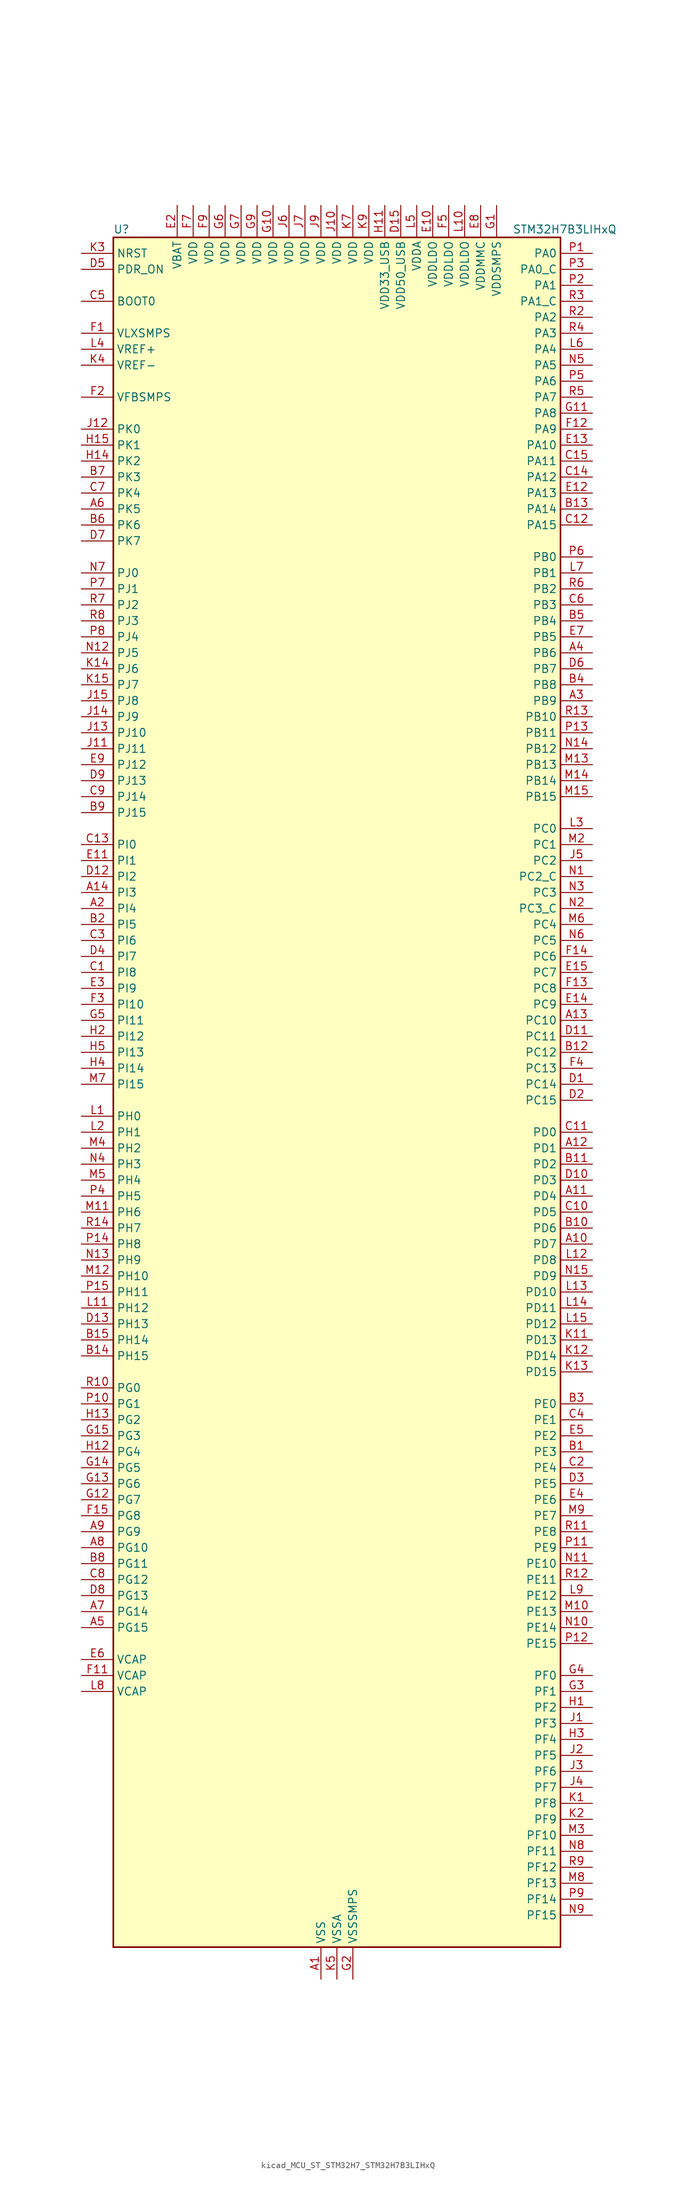
<source format=kicad_sym>
(kicad_symbol_lib
  (version 20220914)
  (generator kicad_symbol_editor)
  (symbol "kicad_MCU_ST_STM32H7_STM32H7B3LIHxQ"
    (property "Reference" "U"
      (at -35.56 138.43 0)
      (effects (font (size 1.27 1.27)) (justify left)))
    (property "Value" "STM32H7B3LIHxQ"
      (at 27.94 138.43 0)
      (effects (font (size 1.27 1.27)) (justify left)))
    (property "ki_locked" ""
      (at 0 0 0)
      (effects (font (size 1.27 1.27))))
    (symbol "kicad_MCU_ST_STM32H7_STM32H7B3LIHxQ_0_1"
      (rectangle (start -35.56 -134.62) (end 35.56 137.16) (stroke (width 0.254) (type default)) (fill (type background))))
    (symbol "kicad_MCU_ST_STM32H7_STM32H7B3LIHxQ_1_1"
      (pin power_in line (at -2.54 -139.7 90) (length 5.08) (name "VSS" (effects (font (size 1.27 1.27)))) (number "A1" (effects (font (size 1.27 1.27)))))
      (pin bidirectional line (at 40.64 -22.86 180) (length 5.08) (name "PD7" (effects (font (size 1.27 1.27)))) (number "A10" (effects (font (size 1.27 1.27)))) (alternate "DFSDM1_CKIN1" bidirectional line) (alternate "DFSDM1_DATIN4" bidirectional line) (alternate "FMC_NE1" bidirectional line) (alternate "I2S1_SDO" bidirectional line) (alternate "OCTOSPIM_P1_IO7" bidirectional line) (alternate "SDMMC2_CMD" bidirectional line) (alternate "SPDIFRX_IN0" bidirectional line) (alternate "SPI1_MOSI" bidirectional line) (alternate "USART2_CK" bidirectional line))
      (pin bidirectional line (at 40.64 -15.24 180) (length 5.08) (name "PD4" (effects (font (size 1.27 1.27)))) (number "A11" (effects (font (size 1.27 1.27)))) (alternate "FMC_NOE" bidirectional line) (alternate "OCTOSPIM_P1_IO4" bidirectional line) (alternate "USART2_DE" bidirectional line) (alternate "USART2_RTS" bidirectional line))
      (pin bidirectional line (at 40.64 -7.62 180) (length 5.08) (name "PD1" (effects (font (size 1.27 1.27)))) (number "A12" (effects (font (size 1.27 1.27)))) (alternate "DFSDM1_DATIN6" bidirectional line) (alternate "FDCAN1_TX" bidirectional line) (alternate "FMC_D3" bidirectional line) (alternate "FMC_DA3" bidirectional line) (alternate "UART4_TX" bidirectional line))
      (pin bidirectional line (at 40.64 12.7 180) (length 5.08) (name "PC10" (effects (font (size 1.27 1.27)))) (number "A13" (effects (font (size 1.27 1.27)))) (alternate "DCMI_D8" bidirectional line) (alternate "DFSDM1_CKIN5" bidirectional line) (alternate "DFSDM2_CKIN0" bidirectional line) (alternate "I2S3_CK" bidirectional line) (alternate "LTDC_B1" bidirectional line) (alternate "LTDC_R2" bidirectional line) (alternate "OCTOSPIM_P1_IO1" bidirectional line) (alternate "PSSI_D8" bidirectional line) (alternate "SDMMC1_D2" bidirectional line) (alternate "SPI3_SCK" bidirectional line) (alternate "SWPMI1_RX" bidirectional line) (alternate "UART4_TX" bidirectional line) (alternate "USART3_TX" bidirectional line))
      (pin bidirectional line (at -40.64 33.02 0) (length 5.08) (name "PI3" (effects (font (size 1.27 1.27)))) (number "A14" (effects (font (size 1.27 1.27)))) (alternate "DCMI_D10" bidirectional line) (alternate "FMC_D27" bidirectional line) (alternate "I2S2_SDO" bidirectional line) (alternate "PSSI_D10" bidirectional line) (alternate "SPI2_MOSI" bidirectional line) (alternate "TIM8_ETR" bidirectional line))
      (pin passive line (at -2.54 -139.7 90) (length 5.08) hide (name "VSS" (effects (font (size 1.27 1.27)))) (number "A15" (effects (font (size 1.27 1.27)))))
      (pin bidirectional line (at -40.64 30.48 0) (length 5.08) (name "PI4" (effects (font (size 1.27 1.27)))) (number "A2" (effects (font (size 1.27 1.27)))) (alternate "DCMI_D5" bidirectional line) (alternate "FMC_NBL2" bidirectional line) (alternate "LTDC_B4" bidirectional line) (alternate "PSSI_D5" bidirectional line) (alternate "SAI2_MCLK_A" bidirectional line) (alternate "TIM8_BKIN" bidirectional line) (alternate "TIM8_BKIN_COMP1" bidirectional line) (alternate "TIM8_BKIN_COMP2" bidirectional line))
      (pin bidirectional line (at 40.64 63.5 180) (length 5.08) (name "PB9" (effects (font (size 1.27 1.27)))) (number "A3" (effects (font (size 1.27 1.27)))) (alternate "DAC1_EXTI9" bidirectional line) (alternate "DCMI_D7" bidirectional line) (alternate "DFSDM1_DATIN7" bidirectional line) (alternate "FDCAN1_TX" bidirectional line) (alternate "I2C1_SDA" bidirectional line) (alternate "I2C4_SDA" bidirectional line) (alternate "I2C4_SMBA" bidirectional line) (alternate "I2S2_WS" bidirectional line) (alternate "LTDC_B7" bidirectional line) (alternate "PSSI_D7" bidirectional line) (alternate "SDMMC1_CDIR" bidirectional line) (alternate "SDMMC1_D5" bidirectional line) (alternate "SDMMC2_D5" bidirectional line) (alternate "SPI2_NSS" bidirectional line) (alternate "TIM17_CH1" bidirectional line) (alternate "TIM4_CH4" bidirectional line) (alternate "UART4_TX" bidirectional line))
      (pin bidirectional line (at 40.64 71.12 180) (length 5.08) (name "PB6" (effects (font (size 1.27 1.27)))) (number "A4" (effects (font (size 1.27 1.27)))) (alternate "CEC" bidirectional line) (alternate "DCMI_D5" bidirectional line) (alternate "DFSDM1_DATIN5" bidirectional line) (alternate "FDCAN2_TX" bidirectional line) (alternate "FMC_SDNE1" bidirectional line) (alternate "I2C1_SCL" bidirectional line) (alternate "I2C4_SCL" bidirectional line) (alternate "LPUART1_TX" bidirectional line) (alternate "OCTOSPIM_P1_NCS" bidirectional line) (alternate "PSSI_D5" bidirectional line) (alternate "TIM16_CH1N" bidirectional line) (alternate "TIM4_CH1" bidirectional line) (alternate "UART5_TX" bidirectional line) (alternate "USART1_TX" bidirectional line))
      (pin bidirectional line (at -40.64 -83.82 0) (length 5.08) (name "PG15" (effects (font (size 1.27 1.27)))) (number "A5" (effects (font (size 1.27 1.27)))) (alternate "ADC1_EXTI15" bidirectional line) (alternate "ADC2_EXTI15" bidirectional line) (alternate "DCMI_D13" bidirectional line) (alternate "FMC_SDNCAS" bidirectional line) (alternate "OCTOSPIM_P2_DQS" bidirectional line) (alternate "PSSI_D13" bidirectional line) (alternate "USART10_CK" bidirectional line) (alternate "USART6_CTS" bidirectional line) (alternate "USART6_NSS" bidirectional line))
      (pin bidirectional line (at -40.64 93.98 0) (length 5.08) (name "PK5" (effects (font (size 1.27 1.27)))) (number "A6" (effects (font (size 1.27 1.27)))) (alternate "LTDC_B6" bidirectional line) (alternate "OCTOSPIM_P2_NCS" bidirectional line))
      (pin bidirectional line (at -40.64 -81.28 0) (length 5.08) (name "PG14" (effects (font (size 1.27 1.27)))) (number "A7" (effects (font (size 1.27 1.27)))) (alternate "DEBUG_TRACED1" bidirectional line) (alternate "FMC_A25" bidirectional line) (alternate "I2S6_SDO" bidirectional line) (alternate "LPTIM1_ETR" bidirectional line) (alternate "LTDC_B0" bidirectional line) (alternate "OCTOSPIM_P1_IO7" bidirectional line) (alternate "SDMMC2_D7" bidirectional line) (alternate "SPI6_MOSI" bidirectional line) (alternate "USART10_DE" bidirectional line) (alternate "USART10_RTS" bidirectional line) (alternate "USART6_TX" bidirectional line))
      (pin bidirectional line (at -40.64 -71.12 0) (length 5.08) (name "PG10" (effects (font (size 1.27 1.27)))) (number "A8" (effects (font (size 1.27 1.27)))) (alternate "DCMI_D2" bidirectional line) (alternate "FMC_NE3" bidirectional line) (alternate "I2S1_WS" bidirectional line) (alternate "LTDC_B2" bidirectional line) (alternate "LTDC_G3" bidirectional line) (alternate "OCTOSPIM_P2_IO6" bidirectional line) (alternate "PSSI_D2" bidirectional line) (alternate "SAI2_SD_B" bidirectional line) (alternate "SDMMC2_D1" bidirectional line) (alternate "SPI1_NSS" bidirectional line))
      (pin bidirectional line (at -40.64 -68.58 0) (length 5.08) (name "PG9" (effects (font (size 1.27 1.27)))) (number "A9" (effects (font (size 1.27 1.27)))) (alternate "DAC1_EXTI9" bidirectional line) (alternate "DCMI_VSYNC" bidirectional line) (alternate "FMC_NCE" bidirectional line) (alternate "FMC_NE2" bidirectional line) (alternate "I2S1_SDI" bidirectional line) (alternate "OCTOSPIM_P1_IO6" bidirectional line) (alternate "PSSI_RDY" bidirectional line) (alternate "SAI2_FS_B" bidirectional line) (alternate "SDMMC2_D0" bidirectional line) (alternate "SPDIFRX_IN3" bidirectional line) (alternate "SPI1_MISO" bidirectional line) (alternate "USART6_RX" bidirectional line))
      (pin bidirectional line (at 40.64 -55.88 180) (length 5.08) (name "PE3" (effects (font (size 1.27 1.27)))) (number "B1" (effects (font (size 1.27 1.27)))) (alternate "DEBUG_TRACED0" bidirectional line) (alternate "FMC_A19" bidirectional line) (alternate "SAI1_SD_B" bidirectional line) (alternate "TIM15_BKIN" bidirectional line) (alternate "USART10_TX" bidirectional line))
      (pin bidirectional line (at 40.64 -20.32 180) (length 5.08) (name "PD6" (effects (font (size 1.27 1.27)))) (number "B10" (effects (font (size 1.27 1.27)))) (alternate "DCMI_D10" bidirectional line) (alternate "DFSDM1_CKIN4" bidirectional line) (alternate "DFSDM1_DATIN1" bidirectional line) (alternate "FMC_NWAIT" bidirectional line) (alternate "I2S3_SDO" bidirectional line) (alternate "LTDC_B2" bidirectional line) (alternate "OCTOSPIM_P1_IO6" bidirectional line) (alternate "PSSI_D10" bidirectional line) (alternate "SAI1_D1" bidirectional line) (alternate "SAI1_SD_A" bidirectional line) (alternate "SDMMC2_CK" bidirectional line) (alternate "SPI3_MOSI" bidirectional line) (alternate "USART2_RX" bidirectional line))
      (pin bidirectional line (at 40.64 -10.16 180) (length 5.08) (name "PD2" (effects (font (size 1.27 1.27)))) (number "B11" (effects (font (size 1.27 1.27)))) (alternate "DCMI_D11" bidirectional line) (alternate "DEBUG_TRACED2" bidirectional line) (alternate "LTDC_B2" bidirectional line) (alternate "LTDC_B7" bidirectional line) (alternate "PSSI_D11" bidirectional line) (alternate "SDMMC1_CMD" bidirectional line) (alternate "TIM15_BKIN" bidirectional line) (alternate "TIM3_ETR" bidirectional line) (alternate "UART5_RX" bidirectional line))
      (pin bidirectional line (at 40.64 7.62 180) (length 5.08) (name "PC12" (effects (font (size 1.27 1.27)))) (number "B12" (effects (font (size 1.27 1.27)))) (alternate "DCMI_D9" bidirectional line) (alternate "DEBUG_TRACED3" bidirectional line) (alternate "DFSDM2_CKOUT" bidirectional line) (alternate "I2S3_SDO" bidirectional line) (alternate "I2S6_CK" bidirectional line) (alternate "LTDC_R6" bidirectional line) (alternate "PSSI_D9" bidirectional line) (alternate "SDMMC1_CK" bidirectional line) (alternate "SPI3_MOSI" bidirectional line) (alternate "SPI6_SCK" bidirectional line) (alternate "TIM15_CH1" bidirectional line) (alternate "UART5_TX" bidirectional line) (alternate "USART3_CK" bidirectional line))
      (pin bidirectional line (at 40.64 93.98 180) (length 5.08) (name "PA14" (effects (font (size 1.27 1.27)))) (number "B13" (effects (font (size 1.27 1.27)))) (alternate "DEBUG_JTCK-SWCLK" bidirectional line))
      (pin bidirectional line (at -40.64 -40.64 0) (length 5.08) (name "PH15" (effects (font (size 1.27 1.27)))) (number "B14" (effects (font (size 1.27 1.27)))) (alternate "ADC1_EXTI15" bidirectional line) (alternate "ADC2_EXTI15" bidirectional line) (alternate "DCMI_D11" bidirectional line) (alternate "FMC_D23" bidirectional line) (alternate "LTDC_G4" bidirectional line) (alternate "PSSI_D11" bidirectional line) (alternate "TIM8_CH3N" bidirectional line))
      (pin bidirectional line (at -40.64 -38.1 0) (length 5.08) (name "PH14" (effects (font (size 1.27 1.27)))) (number "B15" (effects (font (size 1.27 1.27)))) (alternate "DCMI_D4" bidirectional line) (alternate "FDCAN1_RX" bidirectional line) (alternate "FMC_D22" bidirectional line) (alternate "LTDC_G3" bidirectional line) (alternate "PSSI_D4" bidirectional line) (alternate "TIM8_CH2N" bidirectional line) (alternate "UART4_RX" bidirectional line))
      (pin bidirectional line (at -40.64 27.94 0) (length 5.08) (name "PI5" (effects (font (size 1.27 1.27)))) (number "B2" (effects (font (size 1.27 1.27)))) (alternate "DCMI_VSYNC" bidirectional line) (alternate "FMC_NBL3" bidirectional line) (alternate "LTDC_B5" bidirectional line) (alternate "PSSI_RDY" bidirectional line) (alternate "SAI2_SCK_A" bidirectional line) (alternate "TIM8_CH1" bidirectional line))
      (pin bidirectional line (at 40.64 -48.26 180) (length 5.08) (name "PE0" (effects (font (size 1.27 1.27)))) (number "B3" (effects (font (size 1.27 1.27)))) (alternate "DCMI_D2" bidirectional line) (alternate "FMC_NBL0" bidirectional line) (alternate "LPTIM1_ETR" bidirectional line) (alternate "LPTIM2_ETR" bidirectional line) (alternate "LTDC_R0" bidirectional line) (alternate "PSSI_D2" bidirectional line) (alternate "SAI2_MCLK_A" bidirectional line) (alternate "TIM4_ETR" bidirectional line) (alternate "UART8_RX" bidirectional line))
      (pin bidirectional line (at 40.64 66.04 180) (length 5.08) (name "PB8" (effects (font (size 1.27 1.27)))) (number "B4" (effects (font (size 1.27 1.27)))) (alternate "DCMI_D6" bidirectional line) (alternate "DFSDM1_CKIN7" bidirectional line) (alternate "FDCAN1_RX" bidirectional line) (alternate "I2C1_SCL" bidirectional line) (alternate "I2C4_SCL" bidirectional line) (alternate "LTDC_B6" bidirectional line) (alternate "PSSI_D6" bidirectional line) (alternate "SDMMC1_CKIN" bidirectional line) (alternate "SDMMC1_D4" bidirectional line) (alternate "SDMMC2_D4" bidirectional line) (alternate "TIM16_CH1" bidirectional line) (alternate "TIM4_CH3" bidirectional line) (alternate "UART4_RX" bidirectional line))
      (pin bidirectional line (at 40.64 76.2 180) (length 5.08) (name "PB4" (effects (font (size 1.27 1.27)))) (number "B5" (effects (font (size 1.27 1.27)))) (alternate "DEBUG_JTRST" bidirectional line) (alternate "I2S1_SDI" bidirectional line) (alternate "I2S2_WS" bidirectional line) (alternate "I2S3_SDI" bidirectional line) (alternate "I2S6_SDI" bidirectional line) (alternate "SDMMC2_D3" bidirectional line) (alternate "SPI1_MISO" bidirectional line) (alternate "SPI2_NSS" bidirectional line) (alternate "SPI3_MISO" bidirectional line) (alternate "SPI6_MISO" bidirectional line) (alternate "TIM16_BKIN" bidirectional line) (alternate "TIM3_CH1" bidirectional line) (alternate "UART7_TX" bidirectional line))
      (pin bidirectional line (at -40.64 91.44 0) (length 5.08) (name "PK6" (effects (font (size 1.27 1.27)))) (number "B6" (effects (font (size 1.27 1.27)))) (alternate "LTDC_B7" bidirectional line) (alternate "OCTOSPIM_P2_DQS" bidirectional line))
      (pin bidirectional line (at -40.64 99.06 0) (length 5.08) (name "PK3" (effects (font (size 1.27 1.27)))) (number "B7" (effects (font (size 1.27 1.27)))) (alternate "LTDC_B4" bidirectional line) (alternate "OCTOSPIM_P2_IO6" bidirectional line))
      (pin bidirectional line (at -40.64 -73.66 0) (length 5.08) (name "PG11" (effects (font (size 1.27 1.27)))) (number "B8" (effects (font (size 1.27 1.27)))) (alternate "ADC1_EXTI11" bidirectional line) (alternate "ADC2_EXTI11" bidirectional line) (alternate "DCMI_D3" bidirectional line) (alternate "I2S1_CK" bidirectional line) (alternate "LPTIM1_IN2" bidirectional line) (alternate "LTDC_B3" bidirectional line) (alternate "OCTOSPIM_P2_IO7" bidirectional line) (alternate "PSSI_D3" bidirectional line) (alternate "SDMMC2_D2" bidirectional line) (alternate "SPDIFRX_IN0" bidirectional line) (alternate "SPI1_SCK" bidirectional line) (alternate "USART10_RX" bidirectional line))
      (pin bidirectional line (at -40.64 45.72 0) (length 5.08) (name "PJ15" (effects (font (size 1.27 1.27)))) (number "B9" (effects (font (size 1.27 1.27)))) (alternate "ADC1_EXTI15" bidirectional line) (alternate "ADC2_EXTI15" bidirectional line) (alternate "LTDC_B3" bidirectional line))
      (pin bidirectional line (at -40.64 20.32 0) (length 5.08) (name "PI8" (effects (font (size 1.27 1.27)))) (number "C1" (effects (font (size 1.27 1.27)))) (alternate "PWR_WKUP3" bidirectional line) (alternate "RTC_OUT_ALARM" bidirectional line) (alternate "RTC_TAMP2" bidirectional line))
      (pin bidirectional line (at 40.64 -17.78 180) (length 5.08) (name "PD5" (effects (font (size 1.27 1.27)))) (number "C10" (effects (font (size 1.27 1.27)))) (alternate "FMC_NWE" bidirectional line) (alternate "OCTOSPIM_P1_IO5" bidirectional line) (alternate "USART2_TX" bidirectional line))
      (pin bidirectional line (at 40.64 -5.08 180) (length 5.08) (name "PD0" (effects (font (size 1.27 1.27)))) (number "C11" (effects (font (size 1.27 1.27)))) (alternate "DFSDM1_CKIN6" bidirectional line) (alternate "FDCAN1_RX" bidirectional line) (alternate "FMC_D2" bidirectional line) (alternate "FMC_DA2" bidirectional line) (alternate "LTDC_B1" bidirectional line) (alternate "UART4_RX" bidirectional line) (alternate "UART9_CTS" bidirectional line))
      (pin bidirectional line (at 40.64 91.44 180) (length 5.08) (name "PA15" (effects (font (size 1.27 1.27)))) (number "C12" (effects (font (size 1.27 1.27)))) (alternate "ADC1_EXTI15" bidirectional line) (alternate "ADC2_EXTI15" bidirectional line) (alternate "CEC" bidirectional line) (alternate "DEBUG_JTDI" bidirectional line) (alternate "I2S1_WS" bidirectional line) (alternate "I2S3_WS" bidirectional line) (alternate "I2S6_WS" bidirectional line) (alternate "LTDC_B6" bidirectional line) (alternate "LTDC_R3" bidirectional line) (alternate "SPI1_NSS" bidirectional line) (alternate "SPI3_NSS" bidirectional line) (alternate "SPI6_NSS" bidirectional line) (alternate "TIM2_CH1" bidirectional line) (alternate "TIM2_ETR" bidirectional line) (alternate "UART4_DE" bidirectional line) (alternate "UART4_RTS" bidirectional line) (alternate "UART7_TX" bidirectional line))
      (pin bidirectional line (at -40.64 40.64 0) (length 5.08) (name "PI0" (effects (font (size 1.27 1.27)))) (number "C13" (effects (font (size 1.27 1.27)))) (alternate "DCMI_D13" bidirectional line) (alternate "FMC_D24" bidirectional line) (alternate "I2S2_WS" bidirectional line) (alternate "LTDC_G5" bidirectional line) (alternate "PSSI_D13" bidirectional line) (alternate "SPI2_NSS" bidirectional line) (alternate "TIM5_CH4" bidirectional line))
      (pin bidirectional line (at 40.64 99.06 180) (length 5.08) (name "PA12" (effects (font (size 1.27 1.27)))) (number "C14" (effects (font (size 1.27 1.27)))) (alternate "FDCAN1_TX" bidirectional line) (alternate "I2S2_CK" bidirectional line) (alternate "LPUART1_DE" bidirectional line) (alternate "LPUART1_RTS" bidirectional line) (alternate "LTDC_R5" bidirectional line) (alternate "SAI2_FS_B" bidirectional line) (alternate "SPI2_SCK" bidirectional line) (alternate "TIM1_ETR" bidirectional line) (alternate "UART4_TX" bidirectional line) (alternate "USART1_DE" bidirectional line) (alternate "USART1_RTS" bidirectional line) (alternate "USB_OTG_HS_DP" bidirectional line))
      (pin bidirectional line (at 40.64 101.6 180) (length 5.08) (name "PA11" (effects (font (size 1.27 1.27)))) (number "C15" (effects (font (size 1.27 1.27)))) (alternate "ADC1_EXTI11" bidirectional line) (alternate "ADC2_EXTI11" bidirectional line) (alternate "FDCAN1_RX" bidirectional line) (alternate "I2S2_WS" bidirectional line) (alternate "LPUART1_CTS" bidirectional line) (alternate "LTDC_R4" bidirectional line) (alternate "SPI2_NSS" bidirectional line) (alternate "TIM1_CH4" bidirectional line) (alternate "UART4_RX" bidirectional line) (alternate "USART1_CTS" bidirectional line) (alternate "USART1_NSS" bidirectional line) (alternate "USB_OTG_HS_DM" bidirectional line))
      (pin bidirectional line (at 40.64 -58.42 180) (length 5.08) (name "PE4" (effects (font (size 1.27 1.27)))) (number "C2" (effects (font (size 1.27 1.27)))) (alternate "DCMI_D4" bidirectional line) (alternate "DEBUG_TRACED1" bidirectional line) (alternate "DFSDM1_DATIN3" bidirectional line) (alternate "FMC_A20" bidirectional line) (alternate "LTDC_B0" bidirectional line) (alternate "PSSI_D4" bidirectional line) (alternate "SAI1_D2" bidirectional line) (alternate "SAI1_FS_A" bidirectional line) (alternate "SPI4_NSS" bidirectional line) (alternate "TIM15_CH1N" bidirectional line))
      (pin bidirectional line (at -40.64 25.4 0) (length 5.08) (name "PI6" (effects (font (size 1.27 1.27)))) (number "C3" (effects (font (size 1.27 1.27)))) (alternate "DCMI_D6" bidirectional line) (alternate "FMC_D28" bidirectional line) (alternate "LTDC_B6" bidirectional line) (alternate "PSSI_D6" bidirectional line) (alternate "SAI2_SD_A" bidirectional line) (alternate "TIM8_CH2" bidirectional line))
      (pin bidirectional line (at 40.64 -50.8 180) (length 5.08) (name "PE1" (effects (font (size 1.27 1.27)))) (number "C4" (effects (font (size 1.27 1.27)))) (alternate "DCMI_D3" bidirectional line) (alternate "FMC_NBL1" bidirectional line) (alternate "LPTIM1_IN2" bidirectional line) (alternate "LTDC_R6" bidirectional line) (alternate "PSSI_D3" bidirectional line) (alternate "UART8_TX" bidirectional line))
      (pin input line (at -40.64 127 0) (length 5.08) (name "BOOT0" (effects (font (size 1.27 1.27)))) (number "C5" (effects (font (size 1.27 1.27)))))
      (pin bidirectional line (at 40.64 78.74 180) (length 5.08) (name "PB3" (effects (font (size 1.27 1.27)))) (number "C6" (effects (font (size 1.27 1.27)))) (alternate "CRS_SYNC" bidirectional line) (alternate "DEBUG_JTDO-SWO" bidirectional line) (alternate "I2S1_CK" bidirectional line) (alternate "I2S3_CK" bidirectional line) (alternate "I2S6_CK" bidirectional line) (alternate "SDMMC2_D2" bidirectional line) (alternate "SPI1_SCK" bidirectional line) (alternate "SPI3_SCK" bidirectional line) (alternate "SPI6_SCK" bidirectional line) (alternate "TIM2_CH2" bidirectional line) (alternate "UART7_RX" bidirectional line))
      (pin bidirectional line (at -40.64 96.52 0) (length 5.08) (name "PK4" (effects (font (size 1.27 1.27)))) (number "C7" (effects (font (size 1.27 1.27)))) (alternate "LTDC_B5" bidirectional line) (alternate "OCTOSPIM_P2_IO7" bidirectional line))
      (pin bidirectional line (at -40.64 -76.2 0) (length 5.08) (name "PG12" (effects (font (size 1.27 1.27)))) (number "C8" (effects (font (size 1.27 1.27)))) (alternate "FMC_NE4" bidirectional line) (alternate "I2S6_SDI" bidirectional line) (alternate "LPTIM1_IN1" bidirectional line) (alternate "LTDC_B1" bidirectional line) (alternate "LTDC_B4" bidirectional line) (alternate "OCTOSPIM_P2_NCS" bidirectional line) (alternate "SDMMC2_D3" bidirectional line) (alternate "SPDIFRX_IN1" bidirectional line) (alternate "SPI6_MISO" bidirectional line) (alternate "USART10_TX" bidirectional line) (alternate "USART6_DE" bidirectional line) (alternate "USART6_RTS" bidirectional line))
      (pin bidirectional line (at -40.64 48.26 0) (length 5.08) (name "PJ14" (effects (font (size 1.27 1.27)))) (number "C9" (effects (font (size 1.27 1.27)))) (alternate "LTDC_B2" bidirectional line))
      (pin bidirectional line (at 40.64 2.54 180) (length 5.08) (name "PC14" (effects (font (size 1.27 1.27)))) (number "D1" (effects (font (size 1.27 1.27)))) (alternate "RCC_OSC32_IN" bidirectional line))
      (pin bidirectional line (at 40.64 -12.7 180) (length 5.08) (name "PD3" (effects (font (size 1.27 1.27)))) (number "D10" (effects (font (size 1.27 1.27)))) (alternate "DCMI_D5" bidirectional line) (alternate "DFSDM1_CKOUT" bidirectional line) (alternate "FMC_CLK" bidirectional line) (alternate "I2S2_CK" bidirectional line) (alternate "LTDC_G7" bidirectional line) (alternate "PSSI_D5" bidirectional line) (alternate "SPI2_SCK" bidirectional line) (alternate "USART2_CTS" bidirectional line) (alternate "USART2_NSS" bidirectional line))
      (pin bidirectional line (at 40.64 10.16 180) (length 5.08) (name "PC11" (effects (font (size 1.27 1.27)))) (number "D11" (effects (font (size 1.27 1.27)))) (alternate "ADC1_EXTI11" bidirectional line) (alternate "ADC2_EXTI11" bidirectional line) (alternate "DCMI_D4" bidirectional line) (alternate "DFSDM1_DATIN5" bidirectional line) (alternate "DFSDM2_DATIN0" bidirectional line) (alternate "I2S3_SDI" bidirectional line) (alternate "LTDC_B4" bidirectional line) (alternate "OCTOSPIM_P1_NCS" bidirectional line) (alternate "PSSI_D4" bidirectional line) (alternate "SDMMC1_D3" bidirectional line) (alternate "SPI3_MISO" bidirectional line) (alternate "UART4_RX" bidirectional line) (alternate "USART3_RX" bidirectional line))
      (pin bidirectional line (at -40.64 35.56 0) (length 5.08) (name "PI2" (effects (font (size 1.27 1.27)))) (number "D12" (effects (font (size 1.27 1.27)))) (alternate "DCMI_D9" bidirectional line) (alternate "FMC_D26" bidirectional line) (alternate "I2S2_SDI" bidirectional line) (alternate "LTDC_G7" bidirectional line) (alternate "PSSI_D9" bidirectional line) (alternate "SPI2_MISO" bidirectional line) (alternate "TIM8_CH4" bidirectional line))
      (pin bidirectional line (at -40.64 -35.56 0) (length 5.08) (name "PH13" (effects (font (size 1.27 1.27)))) (number "D13" (effects (font (size 1.27 1.27)))) (alternate "FDCAN1_TX" bidirectional line) (alternate "FMC_D21" bidirectional line) (alternate "LTDC_G2" bidirectional line) (alternate "TIM8_CH1N" bidirectional line) (alternate "UART4_TX" bidirectional line))
      (pin passive line (at -2.54 -139.7 90) (length 5.08) hide (name "VSS" (effects (font (size 1.27 1.27)))) (number "D14" (effects (font (size 1.27 1.27)))))
      (pin power_in line (at 10.16 142.24 270) (length 5.08) (name "VDD50_USB" (effects (font (size 1.27 1.27)))) (number "D15" (effects (font (size 1.27 1.27)))))
      (pin bidirectional line (at 40.64 0 180) (length 5.08) (name "PC15" (effects (font (size 1.27 1.27)))) (number "D2" (effects (font (size 1.27 1.27)))) (alternate "ADC1_EXTI15" bidirectional line) (alternate "ADC2_EXTI15" bidirectional line) (alternate "RCC_OSC32_OUT" bidirectional line))
      (pin bidirectional line (at 40.64 -60.96 180) (length 5.08) (name "PE5" (effects (font (size 1.27 1.27)))) (number "D3" (effects (font (size 1.27 1.27)))) (alternate "DCMI_D6" bidirectional line) (alternate "DEBUG_TRACED2" bidirectional line) (alternate "DFSDM1_CKIN3" bidirectional line) (alternate "FMC_A21" bidirectional line) (alternate "LTDC_G0" bidirectional line) (alternate "PSSI_D6" bidirectional line) (alternate "SAI1_CK2" bidirectional line) (alternate "SAI1_SCK_A" bidirectional line) (alternate "SPI4_MISO" bidirectional line) (alternate "TIM15_CH1" bidirectional line))
      (pin bidirectional line (at -40.64 22.86 0) (length 5.08) (name "PI7" (effects (font (size 1.27 1.27)))) (number "D4" (effects (font (size 1.27 1.27)))) (alternate "DCMI_D7" bidirectional line) (alternate "FMC_D29" bidirectional line) (alternate "LTDC_B7" bidirectional line) (alternate "PSSI_D7" bidirectional line) (alternate "SAI2_FS_A" bidirectional line) (alternate "TIM8_CH3" bidirectional line))
      (pin input line (at -40.64 132.08 0) (length 5.08) (name "PDR_ON" (effects (font (size 1.27 1.27)))) (number "D5" (effects (font (size 1.27 1.27)))))
      (pin bidirectional line (at 40.64 68.58 180) (length 5.08) (name "PB7" (effects (font (size 1.27 1.27)))) (number "D6" (effects (font (size 1.27 1.27)))) (alternate "DCMI_VSYNC" bidirectional line) (alternate "DFSDM1_CKIN5" bidirectional line) (alternate "FMC_NL" bidirectional line) (alternate "I2C1_SDA" bidirectional line) (alternate "I2C4_SDA" bidirectional line) (alternate "LPUART1_RX" bidirectional line) (alternate "PSSI_RDY" bidirectional line) (alternate "PWR_PVD_IN" bidirectional line) (alternate "TIM17_CH1N" bidirectional line) (alternate "TIM4_CH2" bidirectional line) (alternate "USART1_RX" bidirectional line))
      (pin bidirectional line (at -40.64 88.9 0) (length 5.08) (name "PK7" (effects (font (size 1.27 1.27)))) (number "D7" (effects (font (size 1.27 1.27)))) (alternate "LTDC_DE" bidirectional line))
      (pin bidirectional line (at -40.64 -78.74 0) (length 5.08) (name "PG13" (effects (font (size 1.27 1.27)))) (number "D8" (effects (font (size 1.27 1.27)))) (alternate "DEBUG_TRACED0" bidirectional line) (alternate "FMC_A24" bidirectional line) (alternate "I2S6_CK" bidirectional line) (alternate "LPTIM1_OUT" bidirectional line) (alternate "LTDC_R0" bidirectional line) (alternate "SDMMC2_D6" bidirectional line) (alternate "SPI6_SCK" bidirectional line) (alternate "USART10_CTS" bidirectional line) (alternate "USART10_NSS" bidirectional line) (alternate "USART6_CTS" bidirectional line) (alternate "USART6_NSS" bidirectional line))
      (pin bidirectional line (at -40.64 50.8 0) (length 5.08) (name "PJ13" (effects (font (size 1.27 1.27)))) (number "D9" (effects (font (size 1.27 1.27)))) (alternate "LTDC_B1" bidirectional line) (alternate "LTDC_B4" bidirectional line))
      (pin passive line (at -2.54 -139.7 90) (length 5.08) hide (name "VSS" (effects (font (size 1.27 1.27)))) (number "E1" (effects (font (size 1.27 1.27)))))
      (pin power_in line (at 15.24 142.24 270) (length 5.08) (name "VDDLDO" (effects (font (size 1.27 1.27)))) (number "E10" (effects (font (size 1.27 1.27)))))
      (pin bidirectional line (at -40.64 38.1 0) (length 5.08) (name "PI1" (effects (font (size 1.27 1.27)))) (number "E11" (effects (font (size 1.27 1.27)))) (alternate "DCMI_D8" bidirectional line) (alternate "FMC_D25" bidirectional line) (alternate "I2S2_CK" bidirectional line) (alternate "LTDC_G6" bidirectional line) (alternate "PSSI_D8" bidirectional line) (alternate "SPI2_SCK" bidirectional line) (alternate "TIM8_BKIN2" bidirectional line) (alternate "TIM8_BKIN2_COMP1" bidirectional line) (alternate "TIM8_BKIN2_COMP2" bidirectional line))
      (pin bidirectional line (at 40.64 96.52 180) (length 5.08) (name "PA13" (effects (font (size 1.27 1.27)))) (number "E12" (effects (font (size 1.27 1.27)))) (alternate "DEBUG_JTMS-SWDIO" bidirectional line))
      (pin bidirectional line (at 40.64 104.14 180) (length 5.08) (name "PA10" (effects (font (size 1.27 1.27)))) (number "E13" (effects (font (size 1.27 1.27)))) (alternate "DCMI_D1" bidirectional line) (alternate "LPUART1_RX" bidirectional line) (alternate "LTDC_B1" bidirectional line) (alternate "LTDC_B4" bidirectional line) (alternate "MDIOS_MDIO" bidirectional line) (alternate "PSSI_D1" bidirectional line) (alternate "TIM1_CH3" bidirectional line) (alternate "USART1_RX" bidirectional line) (alternate "USB_OTG_HS_ID" bidirectional line))
      (pin bidirectional line (at 40.64 15.24 180) (length 5.08) (name "PC9" (effects (font (size 1.27 1.27)))) (number "E14" (effects (font (size 1.27 1.27)))) (alternate "DAC1_EXTI9" bidirectional line) (alternate "DCMI_D3" bidirectional line) (alternate "I2C3_SDA" bidirectional line) (alternate "I2S_CKIN" bidirectional line) (alternate "LTDC_B2" bidirectional line) (alternate "LTDC_G3" bidirectional line) (alternate "OCTOSPIM_P1_IO0" bidirectional line) (alternate "PSSI_D3" bidirectional line) (alternate "RCC_MCO_2" bidirectional line) (alternate "SDMMC1_D1" bidirectional line) (alternate "SWPMI1_SUSPEND" bidirectional line) (alternate "TIM3_CH4" bidirectional line) (alternate "TIM8_CH4" bidirectional line) (alternate "UART5_CTS" bidirectional line))
      (pin bidirectional line (at 40.64 20.32 180) (length 5.08) (name "PC7" (effects (font (size 1.27 1.27)))) (number "E15" (effects (font (size 1.27 1.27)))) (alternate "DCMI_D1" bidirectional line) (alternate "DEBUG_TRGIO" bidirectional line) (alternate "DFSDM1_DATIN3" bidirectional line) (alternate "FMC_NE1" bidirectional line) (alternate "I2S3_MCK" bidirectional line) (alternate "LTDC_G6" bidirectional line) (alternate "PSSI_D1" bidirectional line) (alternate "SDMMC1_D123DIR" bidirectional line) (alternate "SDMMC1_D7" bidirectional line) (alternate "SDMMC2_D7" bidirectional line) (alternate "SWPMI1_TX" bidirectional line) (alternate "TIM3_CH2" bidirectional line) (alternate "TIM8_CH2" bidirectional line) (alternate "USART6_RX" bidirectional line))
      (pin power_in line (at -25.4 142.24 270) (length 5.08) (name "VBAT" (effects (font (size 1.27 1.27)))) (number "E2" (effects (font (size 1.27 1.27)))))
      (pin bidirectional line (at -40.64 17.78 0) (length 5.08) (name "PI9" (effects (font (size 1.27 1.27)))) (number "E3" (effects (font (size 1.27 1.27)))) (alternate "DAC1_EXTI9" bidirectional line) (alternate "FDCAN1_RX" bidirectional line) (alternate "FMC_D30" bidirectional line) (alternate "LTDC_VSYNC" bidirectional line) (alternate "OCTOSPIM_P2_IO0" bidirectional line) (alternate "UART4_RX" bidirectional line))
      (pin bidirectional line (at 40.64 -63.5 180) (length 5.08) (name "PE6" (effects (font (size 1.27 1.27)))) (number "E4" (effects (font (size 1.27 1.27)))) (alternate "DCMI_D7" bidirectional line) (alternate "DEBUG_TRACED3" bidirectional line) (alternate "FMC_A22" bidirectional line) (alternate "LTDC_G1" bidirectional line) (alternate "PSSI_D7" bidirectional line) (alternate "SAI1_D1" bidirectional line) (alternate "SAI1_SD_A" bidirectional line) (alternate "SAI2_MCLK_B" bidirectional line) (alternate "SPI4_MOSI" bidirectional line) (alternate "TIM15_CH2" bidirectional line) (alternate "TIM1_BKIN2" bidirectional line) (alternate "TIM1_BKIN2_COMP1" bidirectional line) (alternate "TIM1_BKIN2_COMP2" bidirectional line))
      (pin bidirectional line (at 40.64 -53.34 180) (length 5.08) (name "PE2" (effects (font (size 1.27 1.27)))) (number "E5" (effects (font (size 1.27 1.27)))) (alternate "DEBUG_TRACECLK" bidirectional line) (alternate "FMC_A23" bidirectional line) (alternate "OCTOSPIM_P1_IO2" bidirectional line) (alternate "SAI1_CK1" bidirectional line) (alternate "SAI1_MCLK_A" bidirectional line) (alternate "SPI4_SCK" bidirectional line) (alternate "USART10_RX" bidirectional line))
      (pin power_out line (at -40.64 -88.9 0) (length 5.08) (name "VCAP" (effects (font (size 1.27 1.27)))) (number "E6" (effects (font (size 1.27 1.27)))))
      (pin bidirectional line (at 40.64 73.66 180) (length 5.08) (name "PB5" (effects (font (size 1.27 1.27)))) (number "E7" (effects (font (size 1.27 1.27)))) (alternate "DCMI_D10" bidirectional line) (alternate "FDCAN2_RX" bidirectional line) (alternate "FMC_SDCKE1" bidirectional line) (alternate "I2C1_SMBA" bidirectional line) (alternate "I2C4_SMBA" bidirectional line) (alternate "I2S1_SDO" bidirectional line) (alternate "I2S3_SDO" bidirectional line) (alternate "I2S6_SDO" bidirectional line) (alternate "LTDC_B5" bidirectional line) (alternate "PSSI_D10" bidirectional line) (alternate "SPI1_MOSI" bidirectional line) (alternate "SPI3_MOSI" bidirectional line) (alternate "SPI6_MOSI" bidirectional line) (alternate "TIM17_BKIN" bidirectional line) (alternate "TIM3_CH2" bidirectional line) (alternate "UART5_RX" bidirectional line) (alternate "USB_OTG_HS_ULPI_D7" bidirectional line))
      (pin power_in line (at 22.86 142.24 270) (length 5.08) (name "VDDMMC" (effects (font (size 1.27 1.27)))) (number "E8" (effects (font (size 1.27 1.27)))))
      (pin bidirectional line (at -40.64 53.34 0) (length 5.08) (name "PJ12" (effects (font (size 1.27 1.27)))) (number "E9" (effects (font (size 1.27 1.27)))) (alternate "DEBUG_TRGOUT" bidirectional line) (alternate "LTDC_B0" bidirectional line) (alternate "LTDC_G3" bidirectional line))
      (pin power_in line (at -40.64 121.92 0) (length 5.08) (name "VLXSMPS" (effects (font (size 1.27 1.27)))) (number "F1" (effects (font (size 1.27 1.27)))))
      (pin passive line (at -2.54 -139.7 90) (length 5.08) hide (name "VSS" (effects (font (size 1.27 1.27)))) (number "F10" (effects (font (size 1.27 1.27)))))
      (pin power_out line (at -40.64 -91.44 0) (length 5.08) (name "VCAP" (effects (font (size 1.27 1.27)))) (number "F11" (effects (font (size 1.27 1.27)))))
      (pin bidirectional line (at 40.64 106.68 180) (length 5.08) (name "PA9" (effects (font (size 1.27 1.27)))) (number "F12" (effects (font (size 1.27 1.27)))) (alternate "DAC1_EXTI9" bidirectional line) (alternate "DCMI_D0" bidirectional line) (alternate "I2C3_SMBA" bidirectional line) (alternate "I2S2_CK" bidirectional line) (alternate "LPUART1_TX" bidirectional line) (alternate "LTDC_R5" bidirectional line) (alternate "PSSI_D0" bidirectional line) (alternate "SPI2_SCK" bidirectional line) (alternate "TIM1_CH2" bidirectional line) (alternate "USART1_TX" bidirectional line) (alternate "USB_OTG_HS_VBUS" bidirectional line))
      (pin bidirectional line (at 40.64 17.78 180) (length 5.08) (name "PC8" (effects (font (size 1.27 1.27)))) (number "F13" (effects (font (size 1.27 1.27)))) (alternate "DCMI_D2" bidirectional line) (alternate "DEBUG_TRACED1" bidirectional line) (alternate "FMC_INT" bidirectional line) (alternate "FMC_NCE" bidirectional line) (alternate "FMC_NE2" bidirectional line) (alternate "PSSI_D2" bidirectional line) (alternate "SDMMC1_D0" bidirectional line) (alternate "SWPMI1_RX" bidirectional line) (alternate "TIM3_CH3" bidirectional line) (alternate "TIM8_CH3" bidirectional line) (alternate "UART5_DE" bidirectional line) (alternate "UART5_RTS" bidirectional line) (alternate "USART6_CK" bidirectional line))
      (pin bidirectional line (at 40.64 22.86 180) (length 5.08) (name "PC6" (effects (font (size 1.27 1.27)))) (number "F14" (effects (font (size 1.27 1.27)))) (alternate "DCMI_D0" bidirectional line) (alternate "DFSDM1_CKIN3" bidirectional line) (alternate "FMC_NWAIT" bidirectional line) (alternate "I2S2_MCK" bidirectional line) (alternate "LTDC_HSYNC" bidirectional line) (alternate "PSSI_D0" bidirectional line) (alternate "SDMMC1_D0DIR" bidirectional line) (alternate "SDMMC1_D6" bidirectional line) (alternate "SDMMC2_D6" bidirectional line) (alternate "SWPMI1_IO" bidirectional line) (alternate "TIM3_CH1" bidirectional line) (alternate "TIM8_CH1" bidirectional line) (alternate "USART6_TX" bidirectional line))
      (pin bidirectional line (at -40.64 -66.04 0) (length 5.08) (name "PG8" (effects (font (size 1.27 1.27)))) (number "F15" (effects (font (size 1.27 1.27)))) (alternate "FMC_SDCLK" bidirectional line) (alternate "I2S6_WS" bidirectional line) (alternate "LTDC_G7" bidirectional line) (alternate "SPDIFRX_IN2" bidirectional line) (alternate "SPI6_NSS" bidirectional line) (alternate "TIM8_ETR" bidirectional line) (alternate "USART6_DE" bidirectional line) (alternate "USART6_RTS" bidirectional line))
      (pin input line (at -40.64 111.76 0) (length 5.08) (name "VFBSMPS" (effects (font (size 1.27 1.27)))) (number "F2" (effects (font (size 1.27 1.27)))))
      (pin bidirectional line (at -40.64 15.24 0) (length 5.08) (name "PI10" (effects (font (size 1.27 1.27)))) (number "F3" (effects (font (size 1.27 1.27)))) (alternate "FMC_D31" bidirectional line) (alternate "LTDC_HSYNC" bidirectional line) (alternate "OCTOSPIM_P2_IO1" bidirectional line) (alternate "PSSI_D14" bidirectional line))
      (pin bidirectional line (at 40.64 5.08 180) (length 5.08) (name "PC13" (effects (font (size 1.27 1.27)))) (number "F4" (effects (font (size 1.27 1.27)))) (alternate "PWR_WKUP4" bidirectional line) (alternate "RTC_OUT_ALARM" bidirectional line) (alternate "RTC_OUT_CALIB" bidirectional line) (alternate "RTC_TAMP1" bidirectional line) (alternate "RTC_TS" bidirectional line))
      (pin power_in line (at 17.78 142.24 270) (length 5.08) (name "VDDLDO" (effects (font (size 1.27 1.27)))) (number "F5" (effects (font (size 1.27 1.27)))))
      (pin passive line (at -2.54 -139.7 90) (length 5.08) hide (name "VSS" (effects (font (size 1.27 1.27)))) (number "F6" (effects (font (size 1.27 1.27)))))
      (pin power_in line (at -22.86 142.24 270) (length 5.08) (name "VDD" (effects (font (size 1.27 1.27)))) (number "F7" (effects (font (size 1.27 1.27)))))
      (pin passive line (at -2.54 -139.7 90) (length 5.08) hide (name "VSS" (effects (font (size 1.27 1.27)))) (number "F8" (effects (font (size 1.27 1.27)))))
      (pin power_in line (at -20.32 142.24 270) (length 5.08) (name "VDD" (effects (font (size 1.27 1.27)))) (number "F9" (effects (font (size 1.27 1.27)))))
      (pin power_in line (at 25.4 142.24 270) (length 5.08) (name "VDDSMPS" (effects (font (size 1.27 1.27)))) (number "G1" (effects (font (size 1.27 1.27)))))
      (pin power_in line (at -10.16 142.24 270) (length 5.08) (name "VDD" (effects (font (size 1.27 1.27)))) (number "G10" (effects (font (size 1.27 1.27)))))
      (pin bidirectional line (at 40.64 109.22 180) (length 5.08) (name "PA8" (effects (font (size 1.27 1.27)))) (number "G11" (effects (font (size 1.27 1.27)))) (alternate "I2C3_SCL" bidirectional line) (alternate "LTDC_B3" bidirectional line) (alternate "LTDC_R6" bidirectional line) (alternate "RCC_MCO_1" bidirectional line) (alternate "TIM1_CH1" bidirectional line) (alternate "TIM8_BKIN2" bidirectional line) (alternate "TIM8_BKIN2_COMP1" bidirectional line) (alternate "TIM8_BKIN2_COMP2" bidirectional line) (alternate "UART7_RX" bidirectional line) (alternate "USART1_CK" bidirectional line) (alternate "USB_OTG_HS_SOF" bidirectional line))
      (pin bidirectional line (at -40.64 -63.5 0) (length 5.08) (name "PG7" (effects (font (size 1.27 1.27)))) (number "G12" (effects (font (size 1.27 1.27)))) (alternate "DCMI_D13" bidirectional line) (alternate "FMC_INT" bidirectional line) (alternate "LTDC_CLK" bidirectional line) (alternate "OCTOSPIM_P2_DQS" bidirectional line) (alternate "PSSI_D13" bidirectional line) (alternate "SAI1_MCLK_A" bidirectional line) (alternate "USART6_CK" bidirectional line))
      (pin bidirectional line (at -40.64 -60.96 0) (length 5.08) (name "PG6" (effects (font (size 1.27 1.27)))) (number "G13" (effects (font (size 1.27 1.27)))) (alternate "DCMI_D12" bidirectional line) (alternate "FMC_NE3" bidirectional line) (alternate "LTDC_R7" bidirectional line) (alternate "OCTOSPIM_P1_NCS" bidirectional line) (alternate "PSSI_D12" bidirectional line) (alternate "TIM17_BKIN" bidirectional line))
      (pin bidirectional line (at -40.64 -58.42 0) (length 5.08) (name "PG5" (effects (font (size 1.27 1.27)))) (number "G14" (effects (font (size 1.27 1.27)))) (alternate "FMC_A15" bidirectional line) (alternate "FMC_BA1" bidirectional line) (alternate "TIM1_ETR" bidirectional line))
      (pin bidirectional line (at -40.64 -53.34 0) (length 5.08) (name "PG3" (effects (font (size 1.27 1.27)))) (number "G15" (effects (font (size 1.27 1.27)))) (alternate "FMC_A13" bidirectional line) (alternate "TIM8_BKIN2" bidirectional line) (alternate "TIM8_BKIN2_COMP1" bidirectional line) (alternate "TIM8_BKIN2_COMP2" bidirectional line))
      (pin power_in line (at 2.54 -139.7 90) (length 5.08) (name "VSSSMPS" (effects (font (size 1.27 1.27)))) (number "G2" (effects (font (size 1.27 1.27)))))
      (pin bidirectional line (at 40.64 -93.98 180) (length 5.08) (name "PF1" (effects (font (size 1.27 1.27)))) (number "G3" (effects (font (size 1.27 1.27)))) (alternate "FMC_A1" bidirectional line) (alternate "I2C2_SCL" bidirectional line) (alternate "OCTOSPIM_P2_IO1" bidirectional line))
      (pin bidirectional line (at 40.64 -91.44 180) (length 5.08) (name "PF0" (effects (font (size 1.27 1.27)))) (number "G4" (effects (font (size 1.27 1.27)))) (alternate "FMC_A0" bidirectional line) (alternate "I2C2_SDA" bidirectional line) (alternate "OCTOSPIM_P2_IO0" bidirectional line))
      (pin bidirectional line (at -40.64 12.7 0) (length 5.08) (name "PI11" (effects (font (size 1.27 1.27)))) (number "G5" (effects (font (size 1.27 1.27)))) (alternate "ADC1_EXTI11" bidirectional line) (alternate "ADC2_EXTI11" bidirectional line) (alternate "LTDC_G6" bidirectional line) (alternate "OCTOSPIM_P2_IO2" bidirectional line) (alternate "PSSI_D15" bidirectional line) (alternate "PWR_WKUP5" bidirectional line) (alternate "USB_OTG_HS_ULPI_DIR" bidirectional line))
      (pin power_in line (at -17.78 142.24 270) (length 5.08) (name "VDD" (effects (font (size 1.27 1.27)))) (number "G6" (effects (font (size 1.27 1.27)))))
      (pin power_in line (at -15.24 142.24 270) (length 5.08) (name "VDD" (effects (font (size 1.27 1.27)))) (number "G7" (effects (font (size 1.27 1.27)))))
      (pin passive line (at -2.54 -139.7 90) (length 5.08) hide (name "VSS" (effects (font (size 1.27 1.27)))) (number "G8" (effects (font (size 1.27 1.27)))))
      (pin power_in line (at -12.7 142.24 270) (length 5.08) (name "VDD" (effects (font (size 1.27 1.27)))) (number "G9" (effects (font (size 1.27 1.27)))))
      (pin bidirectional line (at 40.64 -96.52 180) (length 5.08) (name "PF2" (effects (font (size 1.27 1.27)))) (number "H1" (effects (font (size 1.27 1.27)))) (alternate "FMC_A2" bidirectional line) (alternate "I2C2_SMBA" bidirectional line) (alternate "OCTOSPIM_P2_IO2" bidirectional line))
      (pin passive line (at -2.54 -139.7 90) (length 5.08) hide (name "VSS" (effects (font (size 1.27 1.27)))) (number "H10" (effects (font (size 1.27 1.27)))))
      (pin power_in line (at 7.62 142.24 270) (length 5.08) (name "VDD33_USB" (effects (font (size 1.27 1.27)))) (number "H11" (effects (font (size 1.27 1.27)))))
      (pin bidirectional line (at -40.64 -55.88 0) (length 5.08) (name "PG4" (effects (font (size 1.27 1.27)))) (number "H12" (effects (font (size 1.27 1.27)))) (alternate "FMC_A14" bidirectional line) (alternate "FMC_BA0" bidirectional line) (alternate "TIM1_BKIN2" bidirectional line) (alternate "TIM1_BKIN2_COMP1" bidirectional line) (alternate "TIM1_BKIN2_COMP2" bidirectional line))
      (pin bidirectional line (at -40.64 -50.8 0) (length 5.08) (name "PG2" (effects (font (size 1.27 1.27)))) (number "H13" (effects (font (size 1.27 1.27)))) (alternate "FMC_A12" bidirectional line) (alternate "TIM8_BKIN" bidirectional line) (alternate "TIM8_BKIN_COMP1" bidirectional line) (alternate "TIM8_BKIN_COMP2" bidirectional line))
      (pin bidirectional line (at -40.64 101.6 0) (length 5.08) (name "PK2" (effects (font (size 1.27 1.27)))) (number "H14" (effects (font (size 1.27 1.27)))) (alternate "LTDC_G7" bidirectional line) (alternate "TIM1_BKIN" bidirectional line) (alternate "TIM1_BKIN_COMP1" bidirectional line) (alternate "TIM1_BKIN_COMP2" bidirectional line) (alternate "TIM8_BKIN" bidirectional line) (alternate "TIM8_BKIN_COMP1" bidirectional line) (alternate "TIM8_BKIN_COMP2" bidirectional line))
      (pin bidirectional line (at -40.64 104.14 0) (length 5.08) (name "PK1" (effects (font (size 1.27 1.27)))) (number "H15" (effects (font (size 1.27 1.27)))) (alternate "LTDC_G6" bidirectional line) (alternate "SPI5_NSS" bidirectional line) (alternate "TIM1_CH1" bidirectional line) (alternate "TIM8_CH3N" bidirectional line))
      (pin bidirectional line (at -40.64 10.16 0) (length 5.08) (name "PI12" (effects (font (size 1.27 1.27)))) (number "H2" (effects (font (size 1.27 1.27)))) (alternate "LTDC_HSYNC" bidirectional line) (alternate "OCTOSPIM_P2_IO3" bidirectional line))
      (pin bidirectional line (at 40.64 -101.6 180) (length 5.08) (name "PF4" (effects (font (size 1.27 1.27)))) (number "H3" (effects (font (size 1.27 1.27)))) (alternate "FMC_A4" bidirectional line) (alternate "OCTOSPIM_P2_CLK" bidirectional line))
      (pin bidirectional line (at -40.64 5.08 0) (length 5.08) (name "PI14" (effects (font (size 1.27 1.27)))) (number "H4" (effects (font (size 1.27 1.27)))) (alternate "LTDC_CLK" bidirectional line) (alternate "OCTOSPIM_P2_NCLK" bidirectional line))
      (pin bidirectional line (at -40.64 7.62 0) (length 5.08) (name "PI13" (effects (font (size 1.27 1.27)))) (number "H5" (effects (font (size 1.27 1.27)))) (alternate "LTDC_VSYNC" bidirectional line) (alternate "OCTOSPIM_P2_CLK" bidirectional line))
      (pin passive line (at -2.54 -139.7 90) (length 5.08) hide (name "VSS" (effects (font (size 1.27 1.27)))) (number "H6" (effects (font (size 1.27 1.27)))))
      (pin passive line (at -2.54 -139.7 90) (length 5.08) hide (name "VSS" (effects (font (size 1.27 1.27)))) (number "H7" (effects (font (size 1.27 1.27)))))
      (pin passive line (at -2.54 -139.7 90) (length 5.08) hide (name "VSS" (effects (font (size 1.27 1.27)))) (number "H8" (effects (font (size 1.27 1.27)))))
      (pin passive line (at -2.54 -139.7 90) (length 5.08) hide (name "VSS" (effects (font (size 1.27 1.27)))) (number "H9" (effects (font (size 1.27 1.27)))))
      (pin bidirectional line (at 40.64 -99.06 180) (length 5.08) (name "PF3" (effects (font (size 1.27 1.27)))) (number "J1" (effects (font (size 1.27 1.27)))) (alternate "FMC_A3" bidirectional line) (alternate "OCTOSPIM_P2_IO3" bidirectional line))
      (pin power_in line (at 0 142.24 270) (length 5.08) (name "VDD" (effects (font (size 1.27 1.27)))) (number "J10" (effects (font (size 1.27 1.27)))))
      (pin bidirectional line (at -40.64 55.88 0) (length 5.08) (name "PJ11" (effects (font (size 1.27 1.27)))) (number "J11" (effects (font (size 1.27 1.27)))) (alternate "ADC1_EXTI11" bidirectional line) (alternate "ADC2_EXTI11" bidirectional line) (alternate "LTDC_G4" bidirectional line) (alternate "SPI5_MISO" bidirectional line) (alternate "TIM1_CH2" bidirectional line) (alternate "TIM8_CH2N" bidirectional line))
      (pin bidirectional line (at -40.64 106.68 0) (length 5.08) (name "PK0" (effects (font (size 1.27 1.27)))) (number "J12" (effects (font (size 1.27 1.27)))) (alternate "LTDC_G5" bidirectional line) (alternate "SPI5_SCK" bidirectional line) (alternate "TIM1_CH1N" bidirectional line) (alternate "TIM8_CH3" bidirectional line))
      (pin bidirectional line (at -40.64 58.42 0) (length 5.08) (name "PJ10" (effects (font (size 1.27 1.27)))) (number "J13" (effects (font (size 1.27 1.27)))) (alternate "LTDC_G3" bidirectional line) (alternate "SPI5_MOSI" bidirectional line) (alternate "TIM1_CH2N" bidirectional line) (alternate "TIM8_CH2" bidirectional line))
      (pin bidirectional line (at -40.64 60.96 0) (length 5.08) (name "PJ9" (effects (font (size 1.27 1.27)))) (number "J14" (effects (font (size 1.27 1.27)))) (alternate "DAC1_EXTI9" bidirectional line) (alternate "LTDC_G2" bidirectional line) (alternate "TIM1_CH3" bidirectional line) (alternate "TIM8_CH1N" bidirectional line) (alternate "UART8_RX" bidirectional line))
      (pin bidirectional line (at -40.64 63.5 0) (length 5.08) (name "PJ8" (effects (font (size 1.27 1.27)))) (number "J15" (effects (font (size 1.27 1.27)))) (alternate "LTDC_G1" bidirectional line) (alternate "TIM1_CH3N" bidirectional line) (alternate "TIM8_CH1" bidirectional line) (alternate "UART8_TX" bidirectional line))
      (pin bidirectional line (at 40.64 -104.14 180) (length 5.08) (name "PF5" (effects (font (size 1.27 1.27)))) (number "J2" (effects (font (size 1.27 1.27)))) (alternate "FMC_A5" bidirectional line) (alternate "OCTOSPIM_P2_NCLK" bidirectional line))
      (pin bidirectional line (at 40.64 -106.68 180) (length 5.08) (name "PF6" (effects (font (size 1.27 1.27)))) (number "J3" (effects (font (size 1.27 1.27)))) (alternate "OCTOSPIM_P1_IO3" bidirectional line) (alternate "SAI1_SD_B" bidirectional line) (alternate "SPI5_NSS" bidirectional line) (alternate "TIM16_CH1" bidirectional line) (alternate "UART7_RX" bidirectional line))
      (pin bidirectional line (at 40.64 -109.22 180) (length 5.08) (name "PF7" (effects (font (size 1.27 1.27)))) (number "J4" (effects (font (size 1.27 1.27)))) (alternate "OCTOSPIM_P1_IO2" bidirectional line) (alternate "SAI1_MCLK_B" bidirectional line) (alternate "SPI5_SCK" bidirectional line) (alternate "TIM17_CH1" bidirectional line) (alternate "UART7_TX" bidirectional line))
      (pin bidirectional line (at 40.64 38.1 180) (length 5.08) (name "PC2" (effects (font (size 1.27 1.27)))) (number "J5" (effects (font (size 1.27 1.27)))) (alternate "ADC1_INN11" bidirectional line) (alternate "ADC1_INP12" bidirectional line) (alternate "ADC2_INN11" bidirectional line) (alternate "ADC2_INP12" bidirectional line) (alternate "DFSDM1_CKIN1" bidirectional line) (alternate "DFSDM1_CKOUT" bidirectional line) (alternate "FMC_SDNE0" bidirectional line) (alternate "I2S2_SDI" bidirectional line) (alternate "OCTOSPIM_P1_IO2" bidirectional line) (alternate "OCTOSPIM_P1_IO5" bidirectional line) (alternate "PWR_CSTOP" bidirectional line) (alternate "SPI2_MISO" bidirectional line) (alternate "USB_OTG_HS_ULPI_DIR" bidirectional line))
      (pin power_in line (at -7.62 142.24 270) (length 5.08) (name "VDD" (effects (font (size 1.27 1.27)))) (number "J6" (effects (font (size 1.27 1.27)))))
      (pin power_in line (at -5.08 142.24 270) (length 5.08) (name "VDD" (effects (font (size 1.27 1.27)))) (number "J7" (effects (font (size 1.27 1.27)))))
      (pin passive line (at -2.54 -139.7 90) (length 5.08) hide (name "VSS" (effects (font (size 1.27 1.27)))) (number "J8" (effects (font (size 1.27 1.27)))))
      (pin power_in line (at -2.54 142.24 270) (length 5.08) (name "VDD" (effects (font (size 1.27 1.27)))) (number "J9" (effects (font (size 1.27 1.27)))))
      (pin bidirectional line (at 40.64 -111.76 180) (length 5.08) (name "PF8" (effects (font (size 1.27 1.27)))) (number "K1" (effects (font (size 1.27 1.27)))) (alternate "OCTOSPIM_P1_IO0" bidirectional line) (alternate "SAI1_SCK_B" bidirectional line) (alternate "SPI5_MISO" bidirectional line) (alternate "TIM13_CH1" bidirectional line) (alternate "TIM16_CH1N" bidirectional line) (alternate "UART7_DE" bidirectional line) (alternate "UART7_RTS" bidirectional line))
      (pin passive line (at -2.54 -139.7 90) (length 5.08) hide (name "VSS" (effects (font (size 1.27 1.27)))) (number "K10" (effects (font (size 1.27 1.27)))))
      (pin bidirectional line (at 40.64 -38.1 180) (length 5.08) (name "PD13" (effects (font (size 1.27 1.27)))) (number "K11" (effects (font (size 1.27 1.27)))) (alternate "DCMI_D13" bidirectional line) (alternate "FMC_A18" bidirectional line) (alternate "I2C4_SDA" bidirectional line) (alternate "LPTIM1_OUT" bidirectional line) (alternate "OCTOSPIM_P1_IO3" bidirectional line) (alternate "PSSI_D13" bidirectional line) (alternate "SAI2_SCK_A" bidirectional line) (alternate "TIM4_CH2" bidirectional line) (alternate "UART9_DE" bidirectional line) (alternate "UART9_RTS" bidirectional line))
      (pin bidirectional line (at 40.64 -40.64 180) (length 5.08) (name "PD14" (effects (font (size 1.27 1.27)))) (number "K12" (effects (font (size 1.27 1.27)))) (alternate "FMC_D0" bidirectional line) (alternate "FMC_DA0" bidirectional line) (alternate "TIM4_CH3" bidirectional line) (alternate "UART8_CTS" bidirectional line) (alternate "UART9_RX" bidirectional line))
      (pin bidirectional line (at 40.64 -43.18 180) (length 5.08) (name "PD15" (effects (font (size 1.27 1.27)))) (number "K13" (effects (font (size 1.27 1.27)))) (alternate "ADC1_EXTI15" bidirectional line) (alternate "ADC2_EXTI15" bidirectional line) (alternate "FMC_D1" bidirectional line) (alternate "FMC_DA1" bidirectional line) (alternate "TIM4_CH4" bidirectional line) (alternate "UART8_DE" bidirectional line) (alternate "UART8_RTS" bidirectional line) (alternate "UART9_TX" bidirectional line))
      (pin bidirectional line (at -40.64 68.58 0) (length 5.08) (name "PJ6" (effects (font (size 1.27 1.27)))) (number "K14" (effects (font (size 1.27 1.27)))) (alternate "LTDC_R7" bidirectional line) (alternate "TIM8_CH2" bidirectional line))
      (pin bidirectional line (at -40.64 66.04 0) (length 5.08) (name "PJ7" (effects (font (size 1.27 1.27)))) (number "K15" (effects (font (size 1.27 1.27)))) (alternate "DEBUG_TRGIN" bidirectional line) (alternate "LTDC_G0" bidirectional line) (alternate "TIM8_CH2N" bidirectional line))
      (pin bidirectional line (at 40.64 -114.3 180) (length 5.08) (name "PF9" (effects (font (size 1.27 1.27)))) (number "K2" (effects (font (size 1.27 1.27)))) (alternate "DAC1_EXTI9" bidirectional line) (alternate "OCTOSPIM_P1_IO1" bidirectional line) (alternate "SAI1_FS_B" bidirectional line) (alternate "SPI5_MOSI" bidirectional line) (alternate "TIM14_CH1" bidirectional line) (alternate "TIM17_CH1N" bidirectional line) (alternate "UART7_CTS" bidirectional line))
      (pin input line (at -40.64 134.62 0) (length 5.08) (name "NRST" (effects (font (size 1.27 1.27)))) (number "K3" (effects (font (size 1.27 1.27)))))
      (pin input line (at -40.64 116.84 0) (length 5.08) (name "VREF-" (effects (font (size 1.27 1.27)))) (number "K4" (effects (font (size 1.27 1.27)))))
      (pin power_in line (at 0 -139.7 90) (length 5.08) (name "VSSA" (effects (font (size 1.27 1.27)))) (number "K5" (effects (font (size 1.27 1.27)))))
      (pin passive line (at -2.54 -139.7 90) (length 5.08) hide (name "VSS" (effects (font (size 1.27 1.27)))) (number "K6" (effects (font (size 1.27 1.27)))))
      (pin power_in line (at 2.54 142.24 270) (length 5.08) (name "VDD" (effects (font (size 1.27 1.27)))) (number "K7" (effects (font (size 1.27 1.27)))))
      (pin passive line (at -2.54 -139.7 90) (length 5.08) hide (name "VSS" (effects (font (size 1.27 1.27)))) (number "K8" (effects (font (size 1.27 1.27)))))
      (pin power_in line (at 5.08 142.24 270) (length 5.08) (name "VDD" (effects (font (size 1.27 1.27)))) (number "K9" (effects (font (size 1.27 1.27)))))
      (pin bidirectional line (at -40.64 -2.54 0) (length 5.08) (name "PH0" (effects (font (size 1.27 1.27)))) (number "L1" (effects (font (size 1.27 1.27)))) (alternate "RCC_OSC_IN" bidirectional line))
      (pin power_in line (at 20.32 142.24 270) (length 5.08) (name "VDDLDO" (effects (font (size 1.27 1.27)))) (number "L10" (effects (font (size 1.27 1.27)))))
      (pin bidirectional line (at -40.64 -33.02 0) (length 5.08) (name "PH12" (effects (font (size 1.27 1.27)))) (number "L11" (effects (font (size 1.27 1.27)))) (alternate "DCMI_D3" bidirectional line) (alternate "FMC_D20" bidirectional line) (alternate "I2C4_SDA" bidirectional line) (alternate "LTDC_R6" bidirectional line) (alternate "PSSI_D3" bidirectional line) (alternate "TIM5_CH3" bidirectional line))
      (pin bidirectional line (at 40.64 -25.4 180) (length 5.08) (name "PD8" (effects (font (size 1.27 1.27)))) (number "L12" (effects (font (size 1.27 1.27)))) (alternate "DFSDM1_CKIN3" bidirectional line) (alternate "FMC_D13" bidirectional line) (alternate "FMC_DA13" bidirectional line) (alternate "SPDIFRX_IN1" bidirectional line) (alternate "USART3_TX" bidirectional line))
      (pin bidirectional line (at 40.64 -30.48 180) (length 5.08) (name "PD10" (effects (font (size 1.27 1.27)))) (number "L13" (effects (font (size 1.27 1.27)))) (alternate "DFSDM1_CKOUT" bidirectional line) (alternate "DFSDM2_CKOUT" bidirectional line) (alternate "FMC_D15" bidirectional line) (alternate "FMC_DA15" bidirectional line) (alternate "LTDC_B3" bidirectional line) (alternate "USART3_CK" bidirectional line))
      (pin bidirectional line (at 40.64 -33.02 180) (length 5.08) (name "PD11" (effects (font (size 1.27 1.27)))) (number "L14" (effects (font (size 1.27 1.27)))) (alternate "ADC1_EXTI11" bidirectional line) (alternate "ADC2_EXTI11" bidirectional line) (alternate "FMC_A16" bidirectional line) (alternate "FMC_CLE" bidirectional line) (alternate "I2C4_SMBA" bidirectional line) (alternate "LPTIM2_IN2" bidirectional line) (alternate "OCTOSPIM_P1_IO0" bidirectional line) (alternate "SAI2_SD_A" bidirectional line) (alternate "USART3_CTS" bidirectional line) (alternate "USART3_NSS" bidirectional line))
      (pin bidirectional line (at 40.64 -35.56 180) (length 5.08) (name "PD12" (effects (font (size 1.27 1.27)))) (number "L15" (effects (font (size 1.27 1.27)))) (alternate "DCMI_D12" bidirectional line) (alternate "FMC_A17" bidirectional line) (alternate "FMC_ALE" bidirectional line) (alternate "I2C4_SCL" bidirectional line) (alternate "LPTIM1_IN1" bidirectional line) (alternate "LPTIM2_IN1" bidirectional line) (alternate "OCTOSPIM_P1_IO1" bidirectional line) (alternate "PSSI_D12" bidirectional line) (alternate "SAI2_FS_A" bidirectional line) (alternate "TIM4_CH1" bidirectional line) (alternate "USART3_DE" bidirectional line) (alternate "USART3_RTS" bidirectional line))
      (pin bidirectional line (at -40.64 -5.08 0) (length 5.08) (name "PH1" (effects (font (size 1.27 1.27)))) (number "L2" (effects (font (size 1.27 1.27)))) (alternate "RCC_OSC_OUT" bidirectional line))
      (pin bidirectional line (at 40.64 43.18 180) (length 5.08) (name "PC0" (effects (font (size 1.27 1.27)))) (number "L3" (effects (font (size 1.27 1.27)))) (alternate "ADC1_INP10" bidirectional line) (alternate "ADC2_INP10" bidirectional line) (alternate "DFSDM1_CKIN0" bidirectional line) (alternate "DFSDM1_DATIN4" bidirectional line) (alternate "FMC_A25" bidirectional line) (alternate "FMC_SDNWE" bidirectional line) (alternate "LTDC_G2" bidirectional line) (alternate "LTDC_R5" bidirectional line) (alternate "SAI2_FS_B" bidirectional line) (alternate "USB_OTG_HS_ULPI_STP" bidirectional line))
      (pin input line (at -40.64 119.38 0) (length 5.08) (name "VREF+" (effects (font (size 1.27 1.27)))) (number "L4" (effects (font (size 1.27 1.27)))) (alternate "VREFBUF_OUT" bidirectional line))
      (pin power_in line (at 12.7 142.24 270) (length 5.08) (name "VDDA" (effects (font (size 1.27 1.27)))) (number "L5" (effects (font (size 1.27 1.27)))))
      (pin bidirectional line (at 40.64 119.38 180) (length 5.08) (name "PA4" (effects (font (size 1.27 1.27)))) (number "L6" (effects (font (size 1.27 1.27)))) (alternate "ADC1_INP18" bidirectional line) (alternate "DAC1_OUT1" bidirectional line) (alternate "DCMI_HSYNC" bidirectional line) (alternate "I2S1_WS" bidirectional line) (alternate "I2S3_WS" bidirectional line) (alternate "I2S6_WS" bidirectional line) (alternate "LTDC_VSYNC" bidirectional line) (alternate "PSSI_DE" bidirectional line) (alternate "SPI1_NSS" bidirectional line) (alternate "SPI3_NSS" bidirectional line) (alternate "SPI6_NSS" bidirectional line) (alternate "TIM5_ETR" bidirectional line) (alternate "USART2_CK" bidirectional line))
      (pin bidirectional line (at 40.64 83.82 180) (length 5.08) (name "PB1" (effects (font (size 1.27 1.27)))) (number "L7" (effects (font (size 1.27 1.27)))) (alternate "ADC1_INP5" bidirectional line) (alternate "ADC2_INP5" bidirectional line) (alternate "COMP1_INM" bidirectional line) (alternate "DFSDM1_DATIN1" bidirectional line) (alternate "LTDC_G0" bidirectional line) (alternate "LTDC_R6" bidirectional line) (alternate "OCTOSPIM_P1_IO0" bidirectional line) (alternate "TIM1_CH3N" bidirectional line) (alternate "TIM3_CH4" bidirectional line) (alternate "TIM8_CH3N" bidirectional line) (alternate "USB_OTG_HS_ULPI_D2" bidirectional line))
      (pin power_out line (at -40.64 -93.98 0) (length 5.08) (name "VCAP" (effects (font (size 1.27 1.27)))) (number "L8" (effects (font (size 1.27 1.27)))))
      (pin bidirectional line (at 40.64 -78.74 180) (length 5.08) (name "PE12" (effects (font (size 1.27 1.27)))) (number "L9" (effects (font (size 1.27 1.27)))) (alternate "COMP1_OUT" bidirectional line) (alternate "DFSDM1_DATIN5" bidirectional line) (alternate "FMC_D9" bidirectional line) (alternate "FMC_DA9" bidirectional line) (alternate "LTDC_B4" bidirectional line) (alternate "SAI2_SCK_B" bidirectional line) (alternate "SPI4_SCK" bidirectional line) (alternate "TIM1_CH3N" bidirectional line))
      (pin passive line (at -2.54 -139.7 90) (length 5.08) hide (name "VSS" (effects (font (size 1.27 1.27)))) (number "M1" (effects (font (size 1.27 1.27)))))
      (pin bidirectional line (at 40.64 -81.28 180) (length 5.08) (name "PE13" (effects (font (size 1.27 1.27)))) (number "M10" (effects (font (size 1.27 1.27)))) (alternate "COMP2_OUT" bidirectional line) (alternate "DFSDM1_CKIN5" bidirectional line) (alternate "FMC_D10" bidirectional line) (alternate "FMC_DA10" bidirectional line) (alternate "LTDC_DE" bidirectional line) (alternate "SAI2_FS_B" bidirectional line) (alternate "SPI4_MISO" bidirectional line) (alternate "TIM1_CH3" bidirectional line))
      (pin bidirectional line (at -40.64 -17.78 0) (length 5.08) (name "PH6" (effects (font (size 1.27 1.27)))) (number "M11" (effects (font (size 1.27 1.27)))) (alternate "DCMI_D8" bidirectional line) (alternate "FMC_SDNE1" bidirectional line) (alternate "I2C2_SMBA" bidirectional line) (alternate "PSSI_D8" bidirectional line) (alternate "SPI5_SCK" bidirectional line) (alternate "TIM12_CH1" bidirectional line))
      (pin bidirectional line (at -40.64 -27.94 0) (length 5.08) (name "PH10" (effects (font (size 1.27 1.27)))) (number "M12" (effects (font (size 1.27 1.27)))) (alternate "DCMI_D1" bidirectional line) (alternate "FMC_D18" bidirectional line) (alternate "I2C4_SMBA" bidirectional line) (alternate "LTDC_R4" bidirectional line) (alternate "PSSI_D1" bidirectional line) (alternate "TIM5_CH1" bidirectional line))
      (pin bidirectional line (at 40.64 53.34 180) (length 5.08) (name "PB13" (effects (font (size 1.27 1.27)))) (number "M13" (effects (font (size 1.27 1.27)))) (alternate "DCMI_D2" bidirectional line) (alternate "DFSDM1_CKIN1" bidirectional line) (alternate "DFSDM2_CKIN1" bidirectional line) (alternate "FDCAN2_TX" bidirectional line) (alternate "I2S2_CK" bidirectional line) (alternate "LPTIM2_OUT" bidirectional line) (alternate "PSSI_D2" bidirectional line) (alternate "SDMMC1_D0" bidirectional line) (alternate "SPI2_SCK" bidirectional line) (alternate "TIM1_CH1N" bidirectional line) (alternate "UART5_TX" bidirectional line) (alternate "USART3_CTS" bidirectional line) (alternate "USART3_NSS" bidirectional line) (alternate "USB_OTG_HS_ULPI_D6" bidirectional line))
      (pin bidirectional line (at 40.64 50.8 180) (length 5.08) (name "PB14" (effects (font (size 1.27 1.27)))) (number "M14" (effects (font (size 1.27 1.27)))) (alternate "DFSDM1_DATIN2" bidirectional line) (alternate "I2S2_SDI" bidirectional line) (alternate "LTDC_CLK" bidirectional line) (alternate "SDMMC2_D0" bidirectional line) (alternate "SPI2_MISO" bidirectional line) (alternate "TIM12_CH1" bidirectional line) (alternate "TIM1_CH2N" bidirectional line) (alternate "TIM8_CH2N" bidirectional line) (alternate "UART4_DE" bidirectional line) (alternate "UART4_RTS" bidirectional line) (alternate "USART1_TX" bidirectional line) (alternate "USART3_DE" bidirectional line) (alternate "USART3_RTS" bidirectional line))
      (pin bidirectional line (at 40.64 48.26 180) (length 5.08) (name "PB15" (effects (font (size 1.27 1.27)))) (number "M15" (effects (font (size 1.27 1.27)))) (alternate "ADC1_EXTI15" bidirectional line) (alternate "ADC2_EXTI15" bidirectional line) (alternate "DFSDM1_CKIN2" bidirectional line) (alternate "I2S2_SDO" bidirectional line) (alternate "LTDC_G7" bidirectional line) (alternate "RTC_REFIN" bidirectional line) (alternate "SDMMC2_D1" bidirectional line) (alternate "SPI2_MOSI" bidirectional line) (alternate "TIM12_CH2" bidirectional line) (alternate "TIM1_CH3N" bidirectional line) (alternate "TIM8_CH3N" bidirectional line) (alternate "UART4_CTS" bidirectional line) (alternate "USART1_RX" bidirectional line))
      (pin bidirectional line (at 40.64 40.64 180) (length 5.08) (name "PC1" (effects (font (size 1.27 1.27)))) (number "M2" (effects (font (size 1.27 1.27)))) (alternate "ADC1_INN10" bidirectional line) (alternate "ADC1_INP11" bidirectional line) (alternate "ADC2_INN10" bidirectional line) (alternate "ADC2_INP11" bidirectional line) (alternate "DEBUG_TRACED0" bidirectional line) (alternate "DFSDM1_CKIN4" bidirectional line) (alternate "DFSDM1_DATIN0" bidirectional line) (alternate "I2S2_SDO" bidirectional line) (alternate "LTDC_G5" bidirectional line) (alternate "MDIOS_MDC" bidirectional line) (alternate "OCTOSPIM_P1_IO4" bidirectional line) (alternate "PWR_WKUP6" bidirectional line) (alternate "RTC_TAMP3" bidirectional line) (alternate "SAI1_D1" bidirectional line) (alternate "SAI1_SD_A" bidirectional line) (alternate "SDMMC2_CK" bidirectional line) (alternate "SPI2_MOSI" bidirectional line))
      (pin bidirectional line (at 40.64 -116.84 180) (length 5.08) (name "PF10" (effects (font (size 1.27 1.27)))) (number "M3" (effects (font (size 1.27 1.27)))) (alternate "DCMI_D11" bidirectional line) (alternate "LTDC_DE" bidirectional line) (alternate "OCTOSPIM_P1_CLK" bidirectional line) (alternate "PSSI_D11" bidirectional line) (alternate "PSSI_D15" bidirectional line) (alternate "SAI1_D3" bidirectional line) (alternate "TIM16_BKIN" bidirectional line))
      (pin bidirectional line (at -40.64 -7.62 0) (length 5.08) (name "PH2" (effects (font (size 1.27 1.27)))) (number "M4" (effects (font (size 1.27 1.27)))) (alternate "FMC_SDCKE0" bidirectional line) (alternate "LPTIM1_IN2" bidirectional line) (alternate "LTDC_R0" bidirectional line) (alternate "OCTOSPIM_P1_IO4" bidirectional line) (alternate "SAI2_SCK_B" bidirectional line))
      (pin bidirectional line (at -40.64 -12.7 0) (length 5.08) (name "PH4" (effects (font (size 1.27 1.27)))) (number "M5" (effects (font (size 1.27 1.27)))) (alternate "I2C2_SCL" bidirectional line) (alternate "LTDC_G4" bidirectional line) (alternate "LTDC_G5" bidirectional line) (alternate "PSSI_D14" bidirectional line) (alternate "USB_OTG_HS_ULPI_NXT" bidirectional line))
      (pin bidirectional line (at 40.64 27.94 180) (length 5.08) (name "PC4" (effects (font (size 1.27 1.27)))) (number "M6" (effects (font (size 1.27 1.27)))) (alternate "ADC1_INP4" bidirectional line) (alternate "ADC2_INP4" bidirectional line) (alternate "COMP1_INM" bidirectional line) (alternate "DFSDM1_CKIN2" bidirectional line) (alternate "FMC_SDNE0" bidirectional line) (alternate "I2S1_MCK" bidirectional line) (alternate "LTDC_R7" bidirectional line) (alternate "OPAMP1_VOUT" bidirectional line) (alternate "SPDIFRX_IN2" bidirectional line))
      (pin bidirectional line (at -40.64 2.54 0) (length 5.08) (name "PI15" (effects (font (size 1.27 1.27)))) (number "M7" (effects (font (size 1.27 1.27)))) (alternate "ADC1_EXTI15" bidirectional line) (alternate "ADC2_EXTI15" bidirectional line) (alternate "LTDC_G2" bidirectional line) (alternate "LTDC_R0" bidirectional line))
      (pin bidirectional line (at 40.64 -124.46 180) (length 5.08) (name "PF13" (effects (font (size 1.27 1.27)))) (number "M8" (effects (font (size 1.27 1.27)))) (alternate "ADC2_INP2" bidirectional line) (alternate "DFSDM1_DATIN6" bidirectional line) (alternate "FMC_A7" bidirectional line) (alternate "I2C4_SMBA" bidirectional line))
      (pin bidirectional line (at 40.64 -66.04 180) (length 5.08) (name "PE7" (effects (font (size 1.27 1.27)))) (number "M9" (effects (font (size 1.27 1.27)))) (alternate "COMP2_INM" bidirectional line) (alternate "DFSDM1_DATIN2" bidirectional line) (alternate "FMC_D4" bidirectional line) (alternate "FMC_DA4" bidirectional line) (alternate "OCTOSPIM_P1_IO4" bidirectional line) (alternate "OPAMP2_VOUT" bidirectional line) (alternate "TIM1_ETR" bidirectional line) (alternate "UART7_RX" bidirectional line))
      (pin bidirectional line (at 40.64 35.56 180) (length 5.08) (name "PC2_C" (effects (font (size 1.27 1.27)))) (number "N1" (effects (font (size 1.27 1.27)))) (alternate "ADC2_INN1" bidirectional line) (alternate "ADC2_INP0" bidirectional line) (alternate "DFSDM1_CKIN1" bidirectional line) (alternate "DFSDM1_CKOUT" bidirectional line) (alternate "FMC_SDNE0" bidirectional line) (alternate "I2S2_SDI" bidirectional line) (alternate "OCTOSPIM_P1_IO2" bidirectional line) (alternate "OCTOSPIM_P1_IO5" bidirectional line) (alternate "PWR_CSTOP" bidirectional line) (alternate "SPI2_MISO" bidirectional line) (alternate "USB_OTG_HS_ULPI_DIR" bidirectional line))
      (pin bidirectional line (at 40.64 -83.82 180) (length 5.08) (name "PE14" (effects (font (size 1.27 1.27)))) (number "N10" (effects (font (size 1.27 1.27)))) (alternate "FMC_D11" bidirectional line) (alternate "FMC_DA11" bidirectional line) (alternate "LTDC_CLK" bidirectional line) (alternate "SAI2_MCLK_B" bidirectional line) (alternate "SPI4_MOSI" bidirectional line) (alternate "TIM1_CH4" bidirectional line))
      (pin bidirectional line (at 40.64 -73.66 180) (length 5.08) (name "PE10" (effects (font (size 1.27 1.27)))) (number "N11" (effects (font (size 1.27 1.27)))) (alternate "COMP2_INM" bidirectional line) (alternate "DFSDM1_DATIN4" bidirectional line) (alternate "FMC_D7" bidirectional line) (alternate "FMC_DA7" bidirectional line) (alternate "OCTOSPIM_P1_IO7" bidirectional line) (alternate "TIM1_CH2N" bidirectional line) (alternate "UART7_CTS" bidirectional line))
      (pin bidirectional line (at -40.64 71.12 0) (length 5.08) (name "PJ5" (effects (font (size 1.27 1.27)))) (number "N12" (effects (font (size 1.27 1.27)))) (alternate "LTDC_R6" bidirectional line))
      (pin bidirectional line (at -40.64 -25.4 0) (length 5.08) (name "PH9" (effects (font (size 1.27 1.27)))) (number "N13" (effects (font (size 1.27 1.27)))) (alternate "DAC1_EXTI9" bidirectional line) (alternate "DCMI_D0" bidirectional line) (alternate "FMC_D17" bidirectional line) (alternate "I2C3_SMBA" bidirectional line) (alternate "LTDC_R3" bidirectional line) (alternate "PSSI_D0" bidirectional line) (alternate "TIM12_CH2" bidirectional line))
      (pin bidirectional line (at 40.64 55.88 180) (length 5.08) (name "PB12" (effects (font (size 1.27 1.27)))) (number "N14" (effects (font (size 1.27 1.27)))) (alternate "DFSDM1_DATIN1" bidirectional line) (alternate "DFSDM2_DATIN1" bidirectional line) (alternate "FDCAN2_RX" bidirectional line) (alternate "I2C2_SMBA" bidirectional line) (alternate "I2S2_WS" bidirectional line) (alternate "OCTOSPIM_P1_NCLK" bidirectional line) (alternate "SPI2_NSS" bidirectional line) (alternate "TIM1_BKIN" bidirectional line) (alternate "TIM1_BKIN_COMP1" bidirectional line) (alternate "TIM1_BKIN_COMP2" bidirectional line) (alternate "UART5_RX" bidirectional line) (alternate "USART3_CK" bidirectional line) (alternate "USB_OTG_HS_ULPI_D5" bidirectional line))
      (pin bidirectional line (at 40.64 -27.94 180) (length 5.08) (name "PD9" (effects (font (size 1.27 1.27)))) (number "N15" (effects (font (size 1.27 1.27)))) (alternate "DAC1_EXTI9" bidirectional line) (alternate "DFSDM1_DATIN3" bidirectional line) (alternate "FMC_D14" bidirectional line) (alternate "FMC_DA14" bidirectional line) (alternate "USART3_RX" bidirectional line))
      (pin bidirectional line (at 40.64 30.48 180) (length 5.08) (name "PC3_C" (effects (font (size 1.27 1.27)))) (number "N2" (effects (font (size 1.27 1.27)))) (alternate "ADC2_INP1" bidirectional line) (alternate "DFSDM1_DATIN1" bidirectional line) (alternate "FMC_SDCKE0" bidirectional line) (alternate "I2S2_SDO" bidirectional line) (alternate "OCTOSPIM_P1_IO0" bidirectional line) (alternate "OCTOSPIM_P1_IO6" bidirectional line) (alternate "PWR_CSLEEP" bidirectional line) (alternate "SPI2_MOSI" bidirectional line) (alternate "USB_OTG_HS_ULPI_NXT" bidirectional line))
      (pin bidirectional line (at 40.64 33.02 180) (length 5.08) (name "PC3" (effects (font (size 1.27 1.27)))) (number "N3" (effects (font (size 1.27 1.27)))) (alternate "ADC1_INN12" bidirectional line) (alternate "ADC1_INP13" bidirectional line) (alternate "ADC2_INN12" bidirectional line) (alternate "ADC2_INP13" bidirectional line) (alternate "DFSDM1_DATIN1" bidirectional line) (alternate "FMC_SDCKE0" bidirectional line) (alternate "I2S2_SDO" bidirectional line) (alternate "OCTOSPIM_P1_IO0" bidirectional line) (alternate "OCTOSPIM_P1_IO6" bidirectional line) (alternate "PWR_CSLEEP" bidirectional line) (alternate "SPI2_MOSI" bidirectional line) (alternate "USB_OTG_HS_ULPI_NXT" bidirectional line))
      (pin bidirectional line (at -40.64 -10.16 0) (length 5.08) (name "PH3" (effects (font (size 1.27 1.27)))) (number "N4" (effects (font (size 1.27 1.27)))) (alternate "FMC_SDNE0" bidirectional line) (alternate "LTDC_R1" bidirectional line) (alternate "OCTOSPIM_P1_IO5" bidirectional line) (alternate "SAI2_MCLK_B" bidirectional line))
      (pin bidirectional line (at 40.64 116.84 180) (length 5.08) (name "PA5" (effects (font (size 1.27 1.27)))) (number "N5" (effects (font (size 1.27 1.27)))) (alternate "ADC1_INN18" bidirectional line) (alternate "ADC1_INP19" bidirectional line) (alternate "DAC1_OUT2" bidirectional line) (alternate "I2S1_CK" bidirectional line) (alternate "I2S6_CK" bidirectional line) (alternate "LTDC_R4" bidirectional line) (alternate "PSSI_D14" bidirectional line) (alternate "PWR_NDSTOP2" bidirectional line) (alternate "SPI1_SCK" bidirectional line) (alternate "SPI6_SCK" bidirectional line) (alternate "TIM2_CH1" bidirectional line) (alternate "TIM2_ETR" bidirectional line) (alternate "TIM8_CH1N" bidirectional line) (alternate "USB_OTG_HS_ULPI_CK" bidirectional line))
      (pin bidirectional line (at 40.64 25.4 180) (length 5.08) (name "PC5" (effects (font (size 1.27 1.27)))) (number "N6" (effects (font (size 1.27 1.27)))) (alternate "ADC1_INN4" bidirectional line) (alternate "ADC1_INP8" bidirectional line) (alternate "ADC2_INN4" bidirectional line) (alternate "ADC2_INP8" bidirectional line) (alternate "COMP1_OUT" bidirectional line) (alternate "DFSDM1_DATIN2" bidirectional line) (alternate "FMC_SDCKE0" bidirectional line) (alternate "LTDC_DE" bidirectional line) (alternate "OCTOSPIM_P1_DQS" bidirectional line) (alternate "OPAMP1_VINM" bidirectional line) (alternate "PSSI_D15" bidirectional line) (alternate "SAI1_D3" bidirectional line) (alternate "SPDIFRX_IN3" bidirectional line))
      (pin bidirectional line (at -40.64 83.82 0) (length 5.08) (name "PJ0" (effects (font (size 1.27 1.27)))) (number "N7" (effects (font (size 1.27 1.27)))) (alternate "LTDC_R1" bidirectional line) (alternate "LTDC_R7" bidirectional line))
      (pin bidirectional line (at 40.64 -119.38 180) (length 5.08) (name "PF11" (effects (font (size 1.27 1.27)))) (number "N8" (effects (font (size 1.27 1.27)))) (alternate "ADC1_EXTI11" bidirectional line) (alternate "ADC1_INP2" bidirectional line) (alternate "ADC2_EXTI11" bidirectional line) (alternate "DCMI_D12" bidirectional line) (alternate "FMC_SDNRAS" bidirectional line) (alternate "OCTOSPIM_P1_NCLK" bidirectional line) (alternate "PSSI_D12" bidirectional line) (alternate "SAI2_SD_B" bidirectional line) (alternate "SPI5_MOSI" bidirectional line))
      (pin bidirectional line (at 40.64 -129.54 180) (length 5.08) (name "PF15" (effects (font (size 1.27 1.27)))) (number "N9" (effects (font (size 1.27 1.27)))) (alternate "ADC1_EXTI15" bidirectional line) (alternate "ADC2_EXTI15" bidirectional line) (alternate "FMC_A9" bidirectional line) (alternate "I2C4_SDA" bidirectional line))
      (pin bidirectional line (at 40.64 134.62 180) (length 5.08) (name "PA0" (effects (font (size 1.27 1.27)))) (number "P1" (effects (font (size 1.27 1.27)))) (alternate "ADC1_INP16" bidirectional line) (alternate "I2S6_WS" bidirectional line) (alternate "PWR_WKUP1" bidirectional line) (alternate "SAI2_SD_B" bidirectional line) (alternate "SDMMC2_CMD" bidirectional line) (alternate "SPI6_NSS" bidirectional line) (alternate "TIM15_BKIN" bidirectional line) (alternate "TIM2_CH1" bidirectional line) (alternate "TIM2_ETR" bidirectional line) (alternate "TIM5_CH1" bidirectional line) (alternate "TIM8_ETR" bidirectional line) (alternate "UART4_TX" bidirectional line) (alternate "USART2_CTS" bidirectional line) (alternate "USART2_NSS" bidirectional line))
      (pin bidirectional line (at -40.64 -48.26 0) (length 5.08) (name "PG1" (effects (font (size 1.27 1.27)))) (number "P10" (effects (font (size 1.27 1.27)))) (alternate "FMC_A11" bidirectional line) (alternate "OCTOSPIM_P2_IO5" bidirectional line) (alternate "OPAMP2_VINM" bidirectional line) (alternate "UART9_TX" bidirectional line))
      (pin bidirectional line (at 40.64 -71.12 180) (length 5.08) (name "PE9" (effects (font (size 1.27 1.27)))) (number "P11" (effects (font (size 1.27 1.27)))) (alternate "COMP2_INP" bidirectional line) (alternate "DAC1_EXTI9" bidirectional line) (alternate "DFSDM1_CKOUT" bidirectional line) (alternate "FMC_D6" bidirectional line) (alternate "FMC_DA6" bidirectional line) (alternate "OCTOSPIM_P1_IO6" bidirectional line) (alternate "OPAMP2_VINP" bidirectional line) (alternate "TIM1_CH1" bidirectional line) (alternate "UART7_DE" bidirectional line) (alternate "UART7_RTS" bidirectional line))
      (pin bidirectional line (at 40.64 -86.36 180) (length 5.08) (name "PE15" (effects (font (size 1.27 1.27)))) (number "P12" (effects (font (size 1.27 1.27)))) (alternate "ADC1_EXTI15" bidirectional line) (alternate "ADC2_EXTI15" bidirectional line) (alternate "FMC_D12" bidirectional line) (alternate "FMC_DA12" bidirectional line) (alternate "LTDC_R7" bidirectional line) (alternate "TIM1_BKIN" bidirectional line) (alternate "TIM1_BKIN_COMP1" bidirectional line) (alternate "TIM1_BKIN_COMP2" bidirectional line) (alternate "USART10_CK" bidirectional line))
      (pin bidirectional line (at 40.64 58.42 180) (length 5.08) (name "PB11" (effects (font (size 1.27 1.27)))) (number "P13" (effects (font (size 1.27 1.27)))) (alternate "ADC1_EXTI11" bidirectional line) (alternate "ADC2_EXTI11" bidirectional line) (alternate "DFSDM1_CKIN7" bidirectional line) (alternate "I2C2_SDA" bidirectional line) (alternate "LPTIM2_ETR" bidirectional line) (alternate "LTDC_G5" bidirectional line) (alternate "TIM2_CH4" bidirectional line) (alternate "USART3_RX" bidirectional line) (alternate "USB_OTG_HS_ULPI_D4" bidirectional line))
      (pin bidirectional line (at -40.64 -22.86 0) (length 5.08) (name "PH8" (effects (font (size 1.27 1.27)))) (number "P14" (effects (font (size 1.27 1.27)))) (alternate "DCMI_HSYNC" bidirectional line) (alternate "FMC_D16" bidirectional line) (alternate "I2C3_SDA" bidirectional line) (alternate "LTDC_R2" bidirectional line) (alternate "PSSI_DE" bidirectional line) (alternate "TIM5_ETR" bidirectional line))
      (pin bidirectional line (at -40.64 -30.48 0) (length 5.08) (name "PH11" (effects (font (size 1.27 1.27)))) (number "P15" (effects (font (size 1.27 1.27)))) (alternate "ADC1_EXTI11" bidirectional line) (alternate "ADC2_EXTI11" bidirectional line) (alternate "DCMI_D2" bidirectional line) (alternate "FMC_D19" bidirectional line) (alternate "I2C4_SCL" bidirectional line) (alternate "LTDC_R5" bidirectional line) (alternate "PSSI_D2" bidirectional line) (alternate "TIM5_CH2" bidirectional line))
      (pin bidirectional line (at 40.64 129.54 180) (length 5.08) (name "PA1" (effects (font (size 1.27 1.27)))) (number "P2" (effects (font (size 1.27 1.27)))) (alternate "ADC1_INN16" bidirectional line) (alternate "ADC1_INP17" bidirectional line) (alternate "LPTIM3_OUT" bidirectional line) (alternate "LTDC_R2" bidirectional line) (alternate "OCTOSPIM_P1_DQS" bidirectional line) (alternate "OCTOSPIM_P1_IO3" bidirectional line) (alternate "SAI2_MCLK_B" bidirectional line) (alternate "TIM15_CH1N" bidirectional line) (alternate "TIM2_CH2" bidirectional line) (alternate "TIM5_CH2" bidirectional line) (alternate "UART4_RX" bidirectional line) (alternate "USART2_DE" bidirectional line) (alternate "USART2_RTS" bidirectional line))
      (pin bidirectional line (at 40.64 132.08 180) (length 5.08) (name "PA0_C" (effects (font (size 1.27 1.27)))) (number "P3" (effects (font (size 1.27 1.27)))) (alternate "ADC1_INN1" bidirectional line) (alternate "ADC1_INP0" bidirectional line) (alternate "I2S6_WS" bidirectional line) (alternate "SAI2_SD_B" bidirectional line) (alternate "SDMMC2_CMD" bidirectional line) (alternate "SPI6_NSS" bidirectional line) (alternate "TIM15_BKIN" bidirectional line) (alternate "TIM2_CH1" bidirectional line) (alternate "TIM2_ETR" bidirectional line) (alternate "TIM5_CH1" bidirectional line) (alternate "TIM8_ETR" bidirectional line) (alternate "UART4_TX" bidirectional line) (alternate "USART2_CTS" bidirectional line) (alternate "USART2_NSS" bidirectional line))
      (pin bidirectional line (at -40.64 -15.24 0) (length 5.08) (name "PH5" (effects (font (size 1.27 1.27)))) (number "P4" (effects (font (size 1.27 1.27)))) (alternate "FMC_SDNWE" bidirectional line) (alternate "I2C2_SDA" bidirectional line) (alternate "SPI5_NSS" bidirectional line))
      (pin bidirectional line (at 40.64 114.3 180) (length 5.08) (name "PA6" (effects (font (size 1.27 1.27)))) (number "P5" (effects (font (size 1.27 1.27)))) (alternate "ADC1_INP3" bidirectional line) (alternate "ADC2_INP3" bidirectional line) (alternate "DAC2_OUT1" bidirectional line) (alternate "DCMI_PIXCLK" bidirectional line) (alternate "I2S1_SDI" bidirectional line) (alternate "I2S6_SDI" bidirectional line) (alternate "LTDC_G2" bidirectional line) (alternate "MDIOS_MDC" bidirectional line) (alternate "OCTOSPIM_P1_IO3" bidirectional line) (alternate "PSSI_PDCK" bidirectional line) (alternate "SPI1_MISO" bidirectional line) (alternate "SPI6_MISO" bidirectional line) (alternate "TIM13_CH1" bidirectional line) (alternate "TIM1_BKIN" bidirectional line) (alternate "TIM1_BKIN_COMP1" bidirectional line) (alternate "TIM1_BKIN_COMP2" bidirectional line) (alternate "TIM3_CH1" bidirectional line) (alternate "TIM8_BKIN" bidirectional line) (alternate "TIM8_BKIN_COMP1" bidirectional line) (alternate "TIM8_BKIN_COMP2" bidirectional line))
      (pin bidirectional line (at 40.64 86.36 180) (length 5.08) (name "PB0" (effects (font (size 1.27 1.27)))) (number "P6" (effects (font (size 1.27 1.27)))) (alternate "ADC1_INN5" bidirectional line) (alternate "ADC1_INP9" bidirectional line) (alternate "ADC2_INN5" bidirectional line) (alternate "ADC2_INP9" bidirectional line) (alternate "COMP1_INP" bidirectional line) (alternate "DFSDM1_CKOUT" bidirectional line) (alternate "DFSDM2_CKOUT" bidirectional line) (alternate "LTDC_G1" bidirectional line) (alternate "LTDC_R3" bidirectional line) (alternate "OCTOSPIM_P1_IO1" bidirectional line) (alternate "OPAMP1_VINP" bidirectional line) (alternate "TIM1_CH2N" bidirectional line) (alternate "TIM3_CH3" bidirectional line) (alternate "TIM8_CH2N" bidirectional line) (alternate "UART4_CTS" bidirectional line) (alternate "USB_OTG_HS_ULPI_D1" bidirectional line))
      (pin bidirectional line (at -40.64 81.28 0) (length 5.08) (name "PJ1" (effects (font (size 1.27 1.27)))) (number "P7" (effects (font (size 1.27 1.27)))) (alternate "LTDC_R2" bidirectional line) (alternate "OCTOSPIM_P2_IO4" bidirectional line))
      (pin bidirectional line (at -40.64 73.66 0) (length 5.08) (name "PJ4" (effects (font (size 1.27 1.27)))) (number "P8" (effects (font (size 1.27 1.27)))) (alternate "LTDC_R5" bidirectional line) (alternate "UART9_CTS" bidirectional line))
      (pin bidirectional line (at 40.64 -127 180) (length 5.08) (name "PF14" (effects (font (size 1.27 1.27)))) (number "P9" (effects (font (size 1.27 1.27)))) (alternate "ADC2_INN2" bidirectional line) (alternate "ADC2_INP6" bidirectional line) (alternate "DFSDM1_CKIN6" bidirectional line) (alternate "FMC_A8" bidirectional line) (alternate "I2C4_SCL" bidirectional line))
      (pin passive line (at -2.54 -139.7 90) (length 5.08) hide (name "VSS" (effects (font (size 1.27 1.27)))) (number "R1" (effects (font (size 1.27 1.27)))))
      (pin bidirectional line (at -40.64 -45.72 0) (length 5.08) (name "PG0" (effects (font (size 1.27 1.27)))) (number "R10" (effects (font (size 1.27 1.27)))) (alternate "FMC_A10" bidirectional line) (alternate "OCTOSPIM_P2_IO4" bidirectional line) (alternate "UART9_RX" bidirectional line))
      (pin bidirectional line (at 40.64 -68.58 180) (length 5.08) (name "PE8" (effects (font (size 1.27 1.27)))) (number "R11" (effects (font (size 1.27 1.27)))) (alternate "COMP2_OUT" bidirectional line) (alternate "DFSDM1_CKIN2" bidirectional line) (alternate "FMC_D5" bidirectional line) (alternate "FMC_DA5" bidirectional line) (alternate "OCTOSPIM_P1_IO5" bidirectional line) (alternate "OPAMP2_VINM" bidirectional line) (alternate "TIM1_CH1N" bidirectional line) (alternate "UART7_TX" bidirectional line))
      (pin bidirectional line (at 40.64 -76.2 180) (length 5.08) (name "PE11" (effects (font (size 1.27 1.27)))) (number "R12" (effects (font (size 1.27 1.27)))) (alternate "ADC1_EXTI11" bidirectional line) (alternate "ADC2_EXTI11" bidirectional line) (alternate "COMP2_INP" bidirectional line) (alternate "DFSDM1_CKIN4" bidirectional line) (alternate "FMC_D8" bidirectional line) (alternate "FMC_DA8" bidirectional line) (alternate "LTDC_G3" bidirectional line) (alternate "OCTOSPIM_P1_NCS" bidirectional line) (alternate "SAI2_SD_B" bidirectional line) (alternate "SPI4_NSS" bidirectional line) (alternate "TIM1_CH2" bidirectional line))
      (pin bidirectional line (at 40.64 60.96 180) (length 5.08) (name "PB10" (effects (font (size 1.27 1.27)))) (number "R13" (effects (font (size 1.27 1.27)))) (alternate "DFSDM1_DATIN7" bidirectional line) (alternate "I2C2_SCL" bidirectional line) (alternate "I2S2_CK" bidirectional line) (alternate "LPTIM2_IN1" bidirectional line) (alternate "LTDC_G4" bidirectional line) (alternate "OCTOSPIM_P1_NCS" bidirectional line) (alternate "SPI2_SCK" bidirectional line) (alternate "TIM2_CH3" bidirectional line) (alternate "USART3_TX" bidirectional line) (alternate "USB_OTG_HS_ULPI_D3" bidirectional line))
      (pin bidirectional line (at -40.64 -20.32 0) (length 5.08) (name "PH7" (effects (font (size 1.27 1.27)))) (number "R14" (effects (font (size 1.27 1.27)))) (alternate "DCMI_D9" bidirectional line) (alternate "FMC_SDCKE1" bidirectional line) (alternate "I2C3_SCL" bidirectional line) (alternate "PSSI_D9" bidirectional line) (alternate "SPI5_MISO" bidirectional line))
      (pin passive line (at -2.54 -139.7 90) (length 5.08) hide (name "VSS" (effects (font (size 1.27 1.27)))) (number "R15" (effects (font (size 1.27 1.27)))))
      (pin bidirectional line (at 40.64 124.46 180) (length 5.08) (name "PA2" (effects (font (size 1.27 1.27)))) (number "R2" (effects (font (size 1.27 1.27)))) (alternate "ADC1_INP14" bidirectional line) (alternate "DFSDM2_CKIN1" bidirectional line) (alternate "LTDC_R1" bidirectional line) (alternate "MDIOS_MDIO" bidirectional line) (alternate "PWR_WKUP2" bidirectional line) (alternate "SAI2_SCK_B" bidirectional line) (alternate "TIM15_CH1" bidirectional line) (alternate "TIM2_CH3" bidirectional line) (alternate "TIM5_CH3" bidirectional line) (alternate "USART2_TX" bidirectional line))
      (pin bidirectional line (at 40.64 127 180) (length 5.08) (name "PA1_C" (effects (font (size 1.27 1.27)))) (number "R3" (effects (font (size 1.27 1.27)))) (alternate "ADC1_INP1" bidirectional line) (alternate "LPTIM3_OUT" bidirectional line) (alternate "LTDC_R2" bidirectional line) (alternate "OCTOSPIM_P1_DQS" bidirectional line) (alternate "OCTOSPIM_P1_IO3" bidirectional line) (alternate "SAI2_MCLK_B" bidirectional line) (alternate "TIM15_CH1N" bidirectional line) (alternate "TIM2_CH2" bidirectional line) (alternate "TIM5_CH2" bidirectional line) (alternate "UART4_RX" bidirectional line) (alternate "USART2_DE" bidirectional line) (alternate "USART2_RTS" bidirectional line))
      (pin bidirectional line (at 40.64 121.92 180) (length 5.08) (name "PA3" (effects (font (size 1.27 1.27)))) (number "R4" (effects (font (size 1.27 1.27)))) (alternate "ADC1_INP15" bidirectional line) (alternate "I2S6_MCK" bidirectional line) (alternate "LTDC_B2" bidirectional line) (alternate "LTDC_B5" bidirectional line) (alternate "OCTOSPIM_P1_CLK" bidirectional line) (alternate "TIM15_CH2" bidirectional line) (alternate "TIM2_CH4" bidirectional line) (alternate "TIM5_CH4" bidirectional line) (alternate "USART2_RX" bidirectional line) (alternate "USB_OTG_HS_ULPI_D0" bidirectional line))
      (pin bidirectional line (at 40.64 111.76 180) (length 5.08) (name "PA7" (effects (font (size 1.27 1.27)))) (number "R5" (effects (font (size 1.27 1.27)))) (alternate "ADC1_INN3" bidirectional line) (alternate "ADC1_INP7" bidirectional line) (alternate "ADC2_INN3" bidirectional line) (alternate "ADC2_INP7" bidirectional line) (alternate "DFSDM2_DATIN1" bidirectional line) (alternate "FMC_SDNWE" bidirectional line) (alternate "I2S1_SDO" bidirectional line) (alternate "I2S6_SDO" bidirectional line) (alternate "LTDC_VSYNC" bidirectional line) (alternate "OCTOSPIM_P1_IO2" bidirectional line) (alternate "OPAMP1_VINM" bidirectional line) (alternate "SPI1_MOSI" bidirectional line) (alternate "SPI6_MOSI" bidirectional line) (alternate "TIM14_CH1" bidirectional line) (alternate "TIM1_CH1N" bidirectional line) (alternate "TIM3_CH2" bidirectional line) (alternate "TIM8_CH1N" bidirectional line))
      (pin bidirectional line (at 40.64 81.28 180) (length 5.08) (name "PB2" (effects (font (size 1.27 1.27)))) (number "R6" (effects (font (size 1.27 1.27)))) (alternate "COMP1_INP" bidirectional line) (alternate "DFSDM1_CKIN1" bidirectional line) (alternate "I2S3_SDO" bidirectional line) (alternate "OCTOSPIM_P1_CLK" bidirectional line) (alternate "OCTOSPIM_P1_DQS" bidirectional line) (alternate "RTC_OUT_ALARM" bidirectional line) (alternate "RTC_OUT_CALIB" bidirectional line) (alternate "SAI1_D1" bidirectional line) (alternate "SAI1_SD_A" bidirectional line) (alternate "SPI3_MOSI" bidirectional line))
      (pin bidirectional line (at -40.64 78.74 0) (length 5.08) (name "PJ2" (effects (font (size 1.27 1.27)))) (number "R7" (effects (font (size 1.27 1.27)))) (alternate "LTDC_R3" bidirectional line) (alternate "OCTOSPIM_P2_IO5" bidirectional line))
      (pin bidirectional line (at -40.64 76.2 0) (length 5.08) (name "PJ3" (effects (font (size 1.27 1.27)))) (number "R8" (effects (font (size 1.27 1.27)))) (alternate "LTDC_R4" bidirectional line) (alternate "UART9_DE" bidirectional line) (alternate "UART9_RTS" bidirectional line))
      (pin bidirectional line (at 40.64 -121.92 180) (length 5.08) (name "PF12" (effects (font (size 1.27 1.27)))) (number "R9" (effects (font (size 1.27 1.27)))) (alternate "ADC1_INN2" bidirectional line) (alternate "ADC1_INP6" bidirectional line) (alternate "FMC_A6" bidirectional line) (alternate "OCTOSPIM_P2_DQS" bidirectional line)))))
</source>
